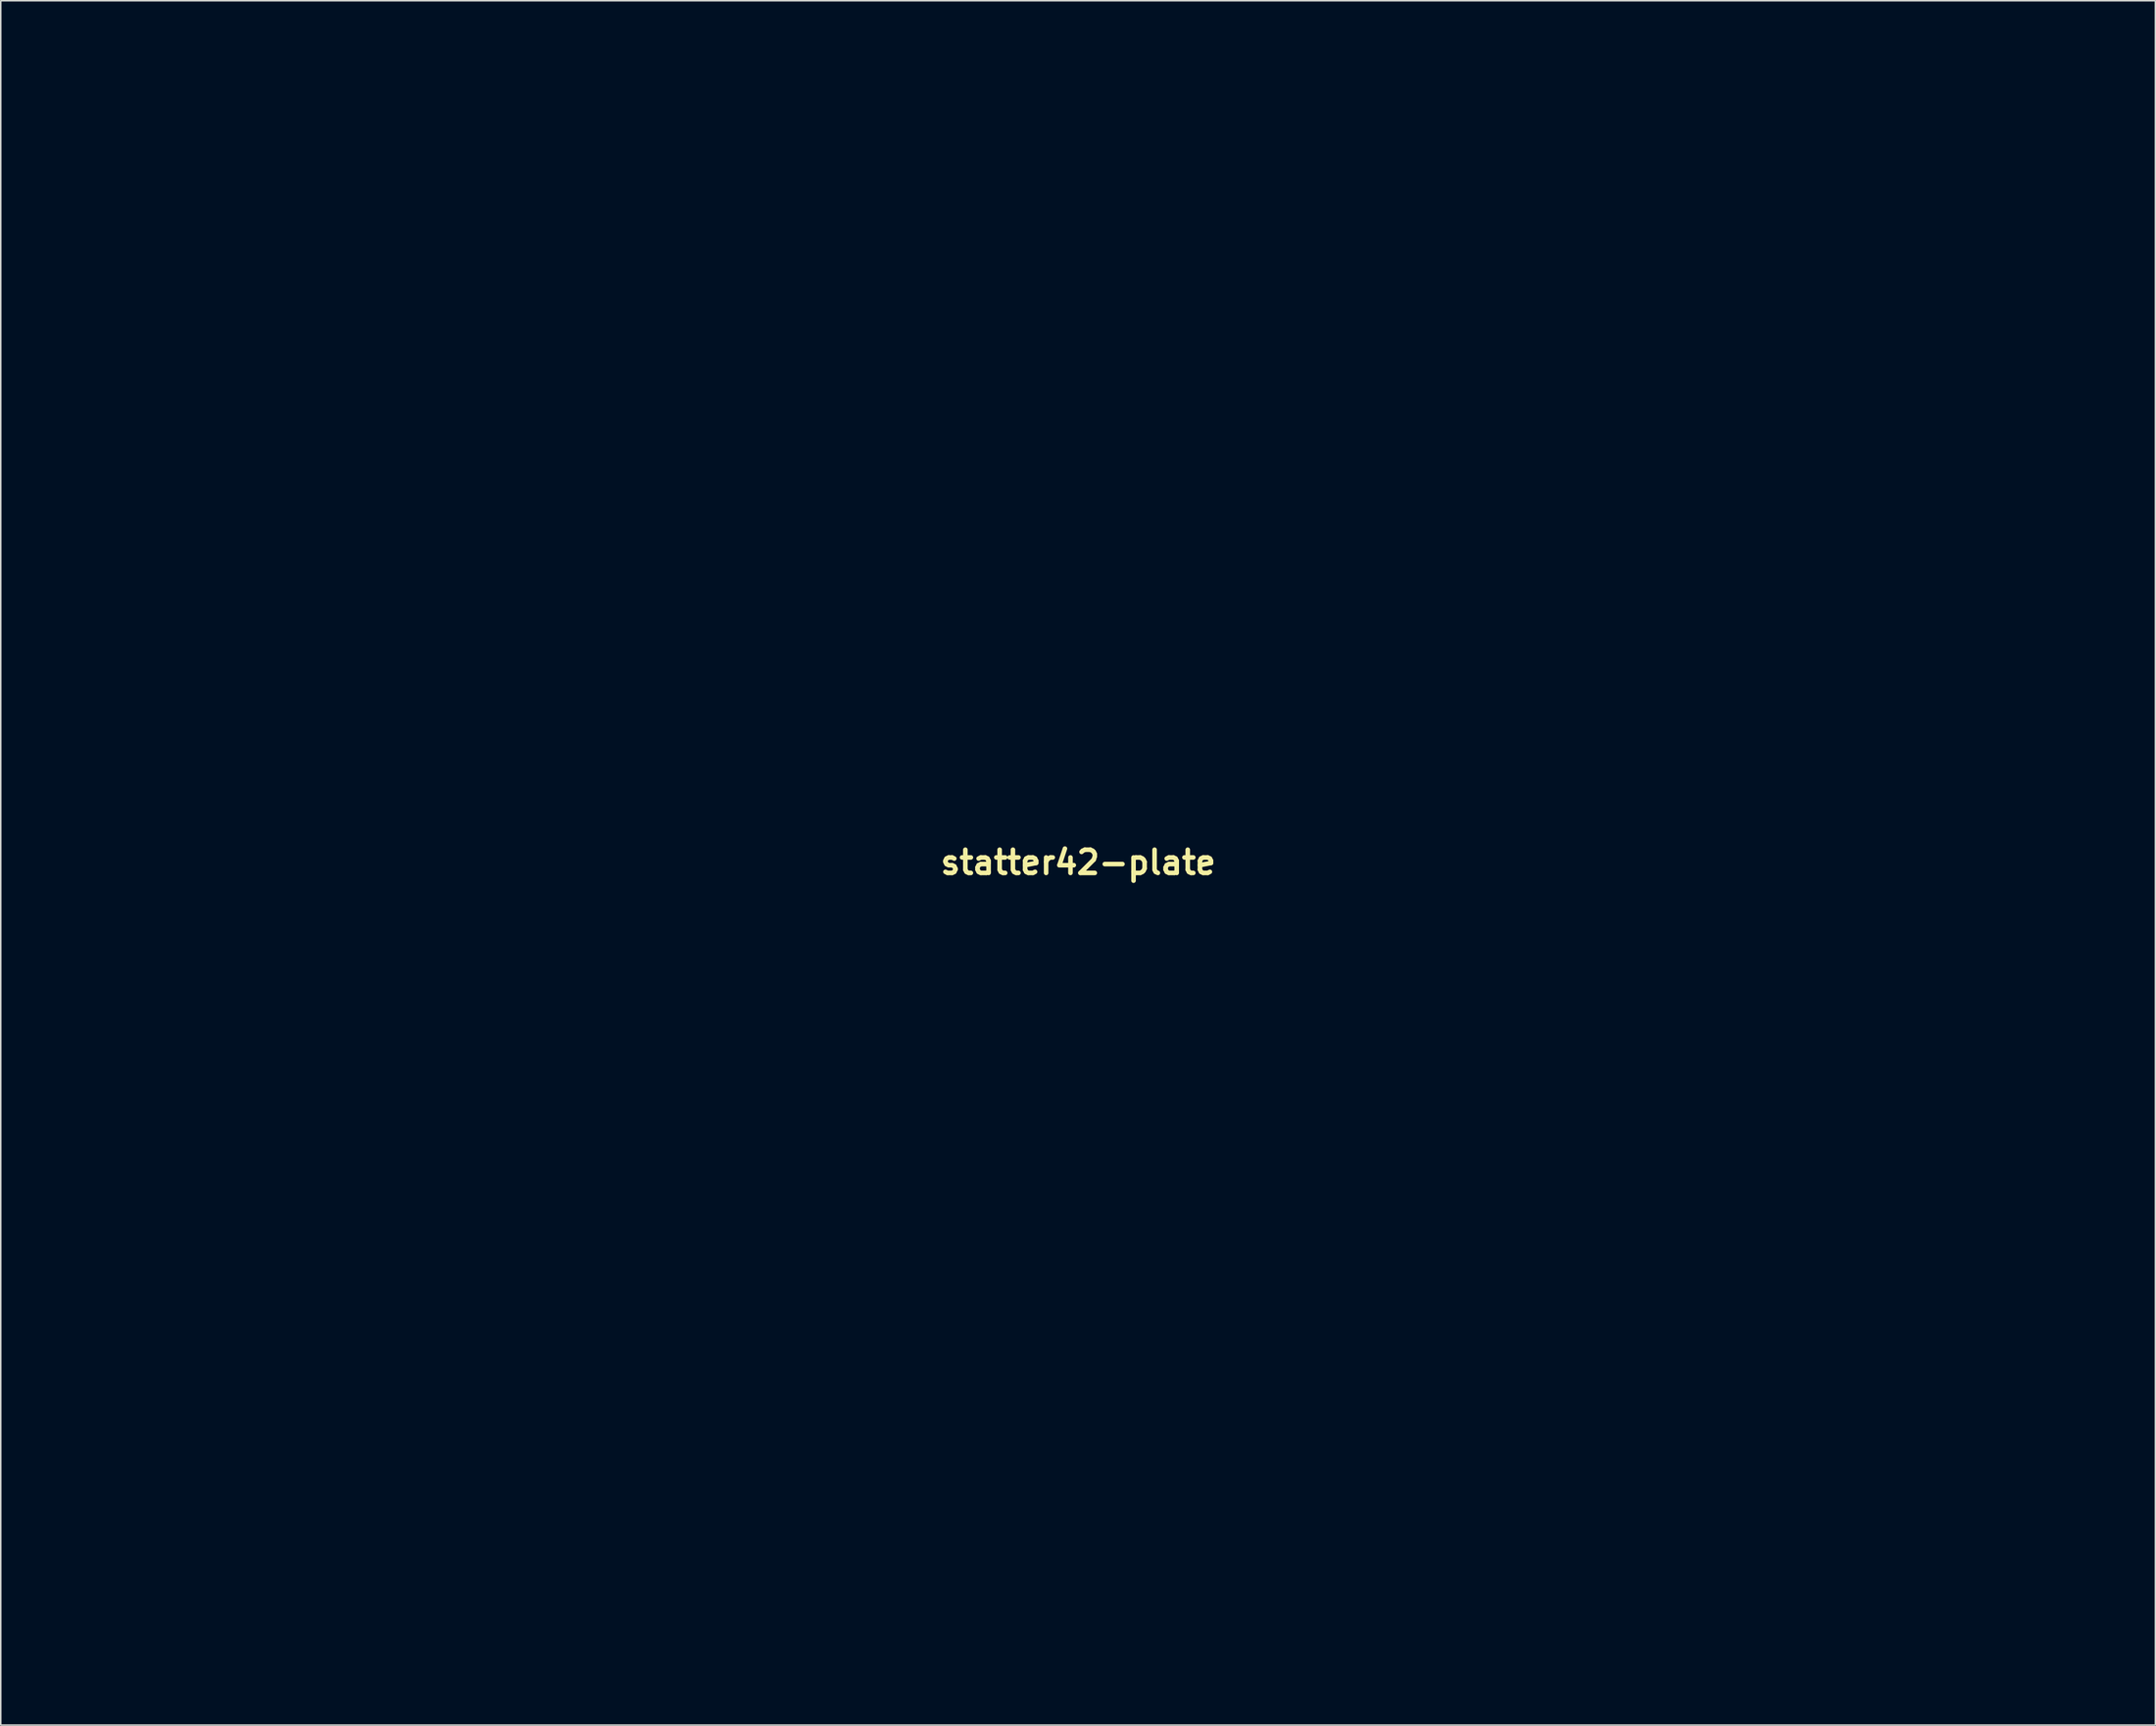
<source format=kicad_pcb>
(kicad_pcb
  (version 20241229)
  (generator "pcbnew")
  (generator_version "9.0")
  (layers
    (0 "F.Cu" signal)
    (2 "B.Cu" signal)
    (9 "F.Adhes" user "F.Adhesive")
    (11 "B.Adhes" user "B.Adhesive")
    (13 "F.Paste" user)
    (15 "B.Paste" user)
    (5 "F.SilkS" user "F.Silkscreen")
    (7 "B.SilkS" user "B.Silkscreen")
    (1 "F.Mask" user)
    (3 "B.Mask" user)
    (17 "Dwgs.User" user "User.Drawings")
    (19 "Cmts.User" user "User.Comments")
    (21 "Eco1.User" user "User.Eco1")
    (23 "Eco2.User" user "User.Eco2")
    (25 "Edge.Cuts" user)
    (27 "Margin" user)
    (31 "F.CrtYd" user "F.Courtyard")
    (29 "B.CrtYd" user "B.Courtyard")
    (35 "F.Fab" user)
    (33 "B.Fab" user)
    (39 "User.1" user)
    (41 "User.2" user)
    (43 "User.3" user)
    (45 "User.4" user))
  (footprint "statter42-plate"
    (layer "F.Cu")
    (at 67.665 53.531)
    (property "Reference" "statter42-plate" (at 0 0 0) (layer "F.SilkS") (effects (font (size 1.524 1.524) (thickness 0.3))))
    (attr through_hole)
    (fp_poly (pts (xy -30.083 -43.472) (xy -29.257 -43.472) (xy -29.257 -40.276) (xy -30.083 -40.276) (xy -30.083 -34.606) (xy -29.284 -34.574) (xy -29.27 -32.962) (xy -29.255 -31.351) (xy -30.083 -31.351) (xy -30.083 -30.359) (xy -44.188 -30.359) (xy -44.188 -31.346) (xy -44.576 -31.362) (xy -44.964 -31.378) (xy -44.964 -34.574) (xy -44.576 -34.59) (xy -44.188 -34.606) (xy -44.188 -40.276) (xy -44.96 -40.276) (xy -44.96 -43.362) (xy -44.849 -43.362) (xy -44.849 -40.387) (xy -44.078 -40.387) (xy -44.078 -34.436) (xy -44.849 -34.436) (xy -44.849 -31.461) (xy -44.078 -31.461) (xy -44.078 -30.469) (xy -30.193 -30.469) (xy -30.193 -31.461) (xy -29.367 -31.461) (xy -29.367 -34.431) (xy -29.766 -34.447) (xy -30.166 -34.464) (xy -30.194 -40.387) (xy -29.367 -40.387) (xy -29.367 -43.362) (xy -30.193 -43.362) (xy -30.193 -44.354) (xy -44.078 -44.354) (xy -44.078 -43.362) (xy -44.849 -43.362) (xy -44.96 -43.362) (xy -44.96 -43.472) (xy -44.188 -43.472) (xy -44.188 -44.464) (xy -30.083 -44.464) (xy -30.083 -43.472)) (stroke (width 0.01) (type solid)) (fill no) (layer "Eco1.User"))
    (fp_poly (pts (xy 27.053 -19.67) (xy 27.881 -19.67) (xy 27.866 -18.063) (xy 27.852 -16.456) (xy 27.452 -16.469) (xy 27.053 -16.482) (xy 27.053 -10.744) (xy 27.879 -10.744) (xy 27.879 -7.548) (xy 27.053 -7.548) (xy 27.053 -6.557) (xy 12.948 -6.557) (xy 12.948 -7.544) (xy 12.56 -7.56) (xy 12.173 -7.576) (xy 12.161 -9.16) (xy 12.149 -10.744) (xy 12.948 -10.744) (xy 12.948 -16.482) (xy 12.56 -16.469) (xy 12.173 -16.456) (xy 12.173 -18.049) (xy 12.173 -19.56) (xy 12.287 -19.56) (xy 12.287 -16.584) (xy 13.058 -16.584) (xy 13.058 -10.634) (xy 12.287 -10.634) (xy 12.287 -7.659) (xy 13.058 -7.659) (xy 13.058 -6.667) (xy 26.943 -6.667) (xy 26.943 -7.659) (xy 27.769 -7.659) (xy 27.769 -10.634) (xy 26.943 -10.634) (xy 26.943 -16.584) (xy 27.769 -16.584) (xy 27.769 -19.56) (xy 26.943 -19.56) (xy 26.943 -20.551) (xy 13.058 -20.551) (xy 13.058 -19.56) (xy 12.287 -19.56) (xy 12.173 -19.56) (xy 12.173 -19.642) (xy 12.56 -19.658) (xy 12.948 -19.675) (xy 12.948 -20.662) (xy 27.053 -20.662) (xy 27.053 -19.67)) (stroke (width 0.01) (type solid)) (fill no) (layer "Eco1.User"))
    (fp_poly (pts (xy 48.627 -0.833) (xy 48.906 -0.726) (xy 48.927 -0.715) (xy 49.198 -0.522) (xy 49.388 -0.276) (xy 49.497 0.007) (xy 49.527 0.307) (xy 49.478 0.607) (xy 49.351 0.887) (xy 49.148 1.13) (xy 48.87 1.318) (xy 48.804 1.347) (xy 48.495 1.425) (xy 48.178 1.398) (xy 47.887 1.288) (xy 47.604 1.102) (xy 47.415 0.864) (xy 47.309 0.563) (xy 47.284 0.36) (xy 47.288 0.309) (xy 47.384 0.309) (xy 47.434 0.623) (xy 47.571 0.892) (xy 47.779 1.105) (xy 48.039 1.248) (xy 48.335 1.31) (xy 48.649 1.28) (xy 48.748 1.249) (xy 49.028 1.093) (xy 49.238 0.867) (xy 49.369 0.591) (xy 49.414 0.286) (xy 49.362 -0.027) (xy 49.318 -0.138) (xy 49.14 -0.419) (xy 48.904 -0.607) (xy 48.605 -0.706) (xy 48.365 -0.724) (xy 48.045 -0.672) (xy 47.775 -0.53) (xy 47.566 -0.31) (xy 47.431 -0.026) (xy 47.384 0.309) (xy 47.288 0.309) (xy 47.31 0.003) (xy 47.432 -0.309) (xy 47.639 -0.563) (xy 47.925 -0.746) (xy 48.087 -0.805) (xy 48.369 -0.858) (xy 48.627 -0.833)) (stroke (width 0.01) (type solid)) (fill no) (layer "Eco1.User"))
    (fp_poly (pts (xy -3.214 19.878) (xy -2.932 20.021) (xy -2.697 20.234) (xy -2.526 20.508) (xy -2.441 20.814) (xy -2.45 21.137) (xy -2.553 21.439) (xy -2.735 21.703) (xy -2.981 21.911) (xy -3.274 22.047) (xy -3.581 22.092) (xy -3.798 22.067) (xy -4.016 22.006) (xy -4.054 21.99) (xy -4.305 21.822) (xy -4.511 21.583) (xy -4.655 21.301) (xy -4.723 21.003) (xy -4.718 20.9) (xy -4.602 20.9) (xy -4.571 21.184) (xy -4.468 21.444) (xy -4.302 21.667) (xy -4.085 21.84) (xy -3.828 21.947) (xy -3.542 21.975) (xy -3.238 21.91) (xy -3.166 21.88) (xy -2.892 21.701) (xy -2.696 21.459) (xy -2.584 21.175) (xy -2.561 20.869) (xy -2.632 20.56) (xy -2.761 20.322) (xy -2.963 20.127) (xy -3.223 20.003) (xy -3.514 19.951) (xy -3.811 19.97) (xy -4.088 20.061) (xy -4.319 20.224) (xy -4.4 20.32) (xy -4.549 20.608) (xy -4.602 20.9) (xy -4.718 20.9) (xy -4.71 20.76) (xy -4.597 20.449) (xy -4.404 20.174) (xy -4.157 19.969) (xy -4.152 19.965) (xy -3.842 19.842) (xy -3.523 19.816) (xy -3.214 19.878)) (stroke (width 0.01) (type solid)) (fill no) (layer "Eco1.User"))
    (fp_poly (pts (xy 35.939 -0.806) (xy 36.183 -0.725) (xy 36.42 -0.561) (xy 36.626 -0.344) (xy 36.761 -0.113) (xy 36.819 0.172) (xy 36.797 0.485) (xy 36.703 0.792) (xy 36.545 1.055) (xy 36.465 1.141) (xy 36.219 1.304) (xy 35.917 1.403) (xy 35.598 1.431) (xy 35.301 1.381) (xy 35.233 1.355) (xy 34.954 1.179) (xy 34.748 0.94) (xy 34.618 0.656) (xy 34.565 0.349) (xy 34.567 0.327) (xy 34.674 0.327) (xy 34.723 0.635) (xy 34.831 0.864) (xy 35.048 1.099) (xy 35.322 1.25) (xy 35.629 1.312) (xy 35.949 1.279) (xy 36.123 1.217) (xy 36.379 1.045) (xy 36.563 0.809) (xy 36.671 0.53) (xy 36.698 0.231) (xy 36.639 -0.063) (xy 36.489 -0.332) (xy 36.459 -0.368) (xy 36.211 -0.575) (xy 35.925 -0.691) (xy 35.624 -0.718) (xy 35.329 -0.657) (xy 35.061 -0.509) (xy 34.842 -0.275) (xy 34.836 -0.265) (xy 34.711 0.016) (xy 34.674 0.327) (xy 34.567 0.327) (xy 34.592 0.039) (xy 34.701 -0.256) (xy 34.894 -0.513) (xy 35.034 -0.631) (xy 35.309 -0.766) (xy 35.623 -0.825) (xy 35.939 -0.806)) (stroke (width 0.01) (type solid)) (fill no) (layer "Eco1.User"))
    (fp_poly (pts (xy 42.545 32.379) (xy 42.836 32.512) (xy 43.068 32.714) (xy 43.234 32.968) (xy 43.326 33.256) (xy 43.338 33.564) (xy 43.26 33.875) (xy 43.086 34.171) (xy 43.071 34.189) (xy 42.818 34.414) (xy 42.51 34.555) (xy 42.205 34.599) (xy 41.988 34.574) (xy 41.77 34.513) (xy 41.733 34.497) (xy 41.462 34.319) (xy 41.251 34.07) (xy 41.113 33.776) (xy 41.062 33.463) (xy 41.065 33.41) (xy 41.183 33.41) (xy 41.213 33.693) (xy 41.317 33.953) (xy 41.484 34.176) (xy 41.701 34.348) (xy 41.958 34.455) (xy 42.245 34.482) (xy 42.549 34.417) (xy 42.62 34.388) (xy 42.892 34.209) (xy 43.087 33.966) (xy 43.199 33.681) (xy 43.224 33.372) (xy 43.154 33.062) (xy 43.049 32.858) (xy 42.856 32.657) (xy 42.602 32.526) (xy 42.314 32.464) (xy 42.017 32.473) (xy 41.736 32.553) (xy 41.498 32.703) (xy 41.385 32.829) (xy 41.236 33.117) (xy 41.183 33.41) (xy 41.065 33.41) (xy 41.073 33.309) (xy 41.178 32.967) (xy 41.366 32.688) (xy 41.625 32.481) (xy 41.94 32.36) (xy 42.205 32.331) (xy 42.545 32.379)) (stroke (width 0.01) (type solid)) (fill no) (layer "Eco1.User"))
    (fp_poly (pts (xy -45.159 9.117) (xy -44.89 9.231) (xy -44.655 9.423) (xy -44.471 9.695) (xy -44.439 9.765) (xy -44.358 10.086) (xy -44.374 10.398) (xy -44.473 10.688) (xy -44.644 10.942) (xy -44.871 11.145) (xy -45.144 11.284) (xy -45.448 11.345) (xy -45.77 11.313) (xy -45.869 11.284) (xy -46.169 11.124) (xy -46.401 10.886) (xy -46.552 10.586) (xy -46.608 10.265) (xy -46.508 10.265) (xy -46.447 10.556) (xy -46.301 10.823) (xy -46.076 11.046) (xy -45.833 11.184) (xy -45.647 11.222) (xy -45.409 11.214) (xy -45.166 11.168) (xy -44.966 11.089) (xy -44.936 11.069) (xy -44.699 10.851) (xy -44.548 10.594) (xy -44.479 10.315) (xy -44.488 10.034) (xy -44.57 9.767) (xy -44.722 9.534) (xy -44.938 9.351) (xy -45.215 9.238) (xy -45.374 9.213) (xy -45.641 9.204) (xy -45.842 9.239) (xy -46.017 9.329) (xy -46.151 9.435) (xy -46.363 9.686) (xy -46.481 9.969) (xy -46.508 10.265) (xy -46.608 10.265) (xy -46.612 10.241) (xy -46.613 10.201) (xy -46.566 9.867) (xy -46.439 9.588) (xy -46.247 9.366) (xy -46.006 9.204) (xy -45.734 9.107) (xy -45.446 9.076) (xy -45.159 9.117)) (stroke (width 0.01) (type solid)) (fill no) (layer "Eco1.User"))
    (fp_poly (pts (xy -11.02 -48.201) (xy -10.632 -48.218) (xy -10.245 -48.236) (xy -10.244 -46.639) (xy -10.244 -45.042) (xy -11.02 -45.01) (xy -11.02 -39.345) (xy -10.632 -39.328) (xy -10.244 -39.312) (xy -10.232 -37.728) (xy -10.221 -36.144) (xy -10.618 -36.144) (xy -11.015 -36.144) (xy -11.047 -35.125) (xy -18.086 -35.111) (xy -25.125 -35.097) (xy -25.125 -36.151) (xy -25.524 -36.138) (xy -25.923 -36.125) (xy -25.938 -37.733) (xy -25.953 -39.34) (xy -25.125 -39.34) (xy -25.125 -45.015) (xy -25.953 -45.015) (xy -25.938 -46.62) (xy -25.925 -48.1) (xy -25.841 -48.1) (xy -25.841 -45.125) (xy -25.014 -45.125) (xy -25.014 -39.23) (xy -25.841 -39.23) (xy -25.841 -36.254) (xy -25.014 -36.254) (xy -25.014 -35.262) (xy -11.13 -35.262) (xy -11.13 -36.254) (xy -10.358 -36.254) (xy -10.358 -39.23) (xy -11.13 -39.23) (xy -11.13 -45.125) (xy -10.358 -45.125) (xy -10.358 -48.1) (xy -11.126 -48.1) (xy -11.157 -49.12) (xy -25.014 -49.147) (xy -25.014 -48.1) (xy -25.841 -48.1) (xy -25.925 -48.1) (xy -25.923 -48.225) (xy -25.538 -48.232) (xy -25.152 -48.238) (xy -25.12 -49.257) (xy -11.02 -49.257) (xy -11.02 -48.201)) (stroke (width 0.01) (type solid)) (fill no) (layer "Eco1.User"))
    (fp_poly (pts (xy 9.663 -28.956) (xy 9.932 -28.841) (xy 10.167 -28.65) (xy 10.351 -28.378) (xy 10.383 -28.307) (xy 10.465 -27.986) (xy 10.449 -27.673) (xy 10.35 -27.382) (xy 10.18 -27.129) (xy 9.952 -26.926) (xy 9.679 -26.788) (xy 9.375 -26.727) (xy 9.052 -26.759) (xy 8.953 -26.789) (xy 8.653 -26.949) (xy 8.421 -27.186) (xy 8.27 -27.486) (xy 8.214 -27.807) (xy 8.315 -27.807) (xy 8.376 -27.516) (xy 8.521 -27.25) (xy 8.747 -27.026) (xy 8.989 -26.888) (xy 9.185 -26.849) (xy 9.431 -26.859) (xy 9.683 -26.914) (xy 9.896 -27.005) (xy 9.917 -27.018) (xy 10.145 -27.227) (xy 10.288 -27.478) (xy 10.349 -27.754) (xy 10.333 -28.035) (xy 10.245 -28.303) (xy 10.091 -28.538) (xy 9.874 -28.722) (xy 9.6 -28.835) (xy 9.448 -28.86) (xy 9.181 -28.868) (xy 8.98 -28.833) (xy 8.805 -28.744) (xy 8.671 -28.637) (xy 8.459 -28.386) (xy 8.341 -28.103) (xy 8.315 -27.807) (xy 8.214 -27.807) (xy 8.21 -27.832) (xy 8.21 -27.871) (xy 8.256 -28.205) (xy 8.383 -28.485) (xy 8.575 -28.707) (xy 8.816 -28.868) (xy 9.089 -28.966) (xy 9.376 -28.996) (xy 9.663 -28.956)) (stroke (width 0.01) (type solid)) (fill no) (layer "Eco1.User"))
    (fp_poly (pts (xy 27.053 -0.606) (xy 27.879 -0.606) (xy 27.879 2.59) (xy 27.053 2.59) (xy 27.053 8.26) (xy 27.452 8.276) (xy 27.852 8.292) (xy 27.852 11.488) (xy 27.452 11.504) (xy 27.053 11.52) (xy 27.053 12.507) (xy 12.948 12.507) (xy 12.948 11.52) (xy 12.56 11.504) (xy 12.173 11.488) (xy 12.173 8.292) (xy 12.56 8.276) (xy 12.948 8.26) (xy 12.948 2.594) (xy 12.56 2.578) (xy 12.173 2.562) (xy 12.173 -0.496) (xy 12.287 -0.496) (xy 12.287 2.479) (xy 13.059 2.479) (xy 13.031 8.394) (xy 12.287 8.367) (xy 12.287 11.405) (xy 13.058 11.405) (xy 13.058 12.397) (xy 26.939 12.397) (xy 26.954 11.894) (xy 26.97 11.39) (xy 27.356 11.384) (xy 27.742 11.378) (xy 27.742 8.402) (xy 27.356 8.396) (xy 26.97 8.39) (xy 26.956 5.434) (xy 26.942 2.479) (xy 27.769 2.479) (xy 27.769 -0.496) (xy 26.943 -0.496) (xy 26.943 -1.488) (xy 13.058 -1.488) (xy 13.058 -0.496) (xy 12.287 -0.496) (xy 12.173 -0.496) (xy 12.173 -0.579) (xy 12.56 -0.595) (xy 12.948 -0.611) (xy 12.948 -1.598) (xy 27.053 -1.598) (xy 27.053 -0.606)) (stroke (width 0.01) (type solid)) (fill no) (layer "Eco1.User"))
    (fp_poly (pts (xy -45.266 -29.004) (xy -44.972 -28.91) (xy -44.708 -28.734) (xy -44.493 -28.476) (xy -44.465 -28.428) (xy -44.372 -28.184) (xy -44.331 -27.905) (xy -44.345 -27.636) (xy -44.406 -27.438) (xy -44.581 -27.19) (xy -44.817 -26.976) (xy -45.077 -26.828) (xy -45.148 -26.803) (xy -45.324 -26.753) (xy -45.444 -26.733) (xy -45.556 -26.741) (xy -45.711 -26.774) (xy -45.724 -26.778) (xy -46.029 -26.902) (xy -46.28 -27.106) (xy -46.466 -27.37) (xy -46.576 -27.673) (xy -46.599 -27.98) (xy -46.485 -27.98) (xy -46.469 -27.663) (xy -46.351 -27.365) (xy -46.254 -27.228) (xy -46.022 -27.033) (xy -45.738 -26.917) (xy -45.427 -26.884) (xy -45.12 -26.937) (xy -44.936 -27.02) (xy -44.705 -27.216) (xy -44.543 -27.478) (xy -44.458 -27.779) (xy -44.462 -28.092) (xy -44.491 -28.214) (xy -44.621 -28.468) (xy -44.831 -28.685) (xy -45.09 -28.843) (xy -45.37 -28.921) (xy -45.444 -28.925) (xy -45.751 -28.875) (xy -46.034 -28.73) (xy -46.268 -28.506) (xy -46.398 -28.293) (xy -46.485 -27.98) (xy -46.599 -27.98) (xy -46.6 -27.994) (xy -46.534 -28.29) (xy -46.369 -28.586) (xy -46.141 -28.807) (xy -45.869 -28.951) (xy -45.571 -29.017) (xy -45.266 -29.004)) (stroke (width 0.01) (type solid)) (fill no) (layer "Eco1.User"))
    (fp_poly (pts (xy -18.086 7.92) (xy -11.047 7.933) (xy -11.031 8.43) (xy -11.015 8.926) (xy -10.248 8.926) (xy -10.248 10.469) (xy -10.248 10.871) (xy -10.246 11.236) (xy -10.244 11.552) (xy -10.242 11.802) (xy -10.238 11.973) (xy -10.235 12.05) (xy -10.234 12.053) (xy -10.278 12.075) (xy -10.405 12.095) (xy -10.591 12.109) (xy -10.62 12.11) (xy -11.02 12.126) (xy -11.02 17.792) (xy -10.244 17.824) (xy -10.244 21.02) (xy -11.02 21.052) (xy -11.02 22.039) (xy -25.125 22.039) (xy -25.125 21.052) (xy -25.524 21.036) (xy -25.923 21.02) (xy -25.938 19.408) (xy -25.953 17.797) (xy -25.125 17.797) (xy -25.125 12.121) (xy -25.951 12.121) (xy -25.951 9.036) (xy -25.841 9.036) (xy -25.841 12.011) (xy -25.014 12.011) (xy -25.014 17.907) (xy -25.841 17.907) (xy -25.841 20.877) (xy -25.441 20.893) (xy -25.042 20.91) (xy -25.01 21.929) (xy -11.13 21.929) (xy -11.13 20.882) (xy -10.358 20.882) (xy -10.358 17.907) (xy -11.13 17.907) (xy -11.13 12.011) (xy -10.358 12.011) (xy -10.358 9.036) (xy -11.13 9.036) (xy -11.13 8.044) (xy -25.014 8.044) (xy -25.014 9.036) (xy -25.841 9.036) (xy -25.951 9.036) (xy -25.951 8.926) (xy -25.125 8.926) (xy -25.125 7.907) (xy -18.086 7.92)) (stroke (width 0.01) (type solid)) (fill no) (layer "Eco1.User"))
    (fp_poly (pts (xy -11.02 -10.143) (xy -10.62 -10.127) (xy -10.429 -10.114) (xy -10.291 -10.094) (xy -10.234 -10.072) (xy -10.234 -10.069) (xy -10.238 -10.005) (xy -10.241 -9.846) (xy -10.244 -9.605) (xy -10.246 -9.297) (xy -10.248 -8.937) (xy -10.248 -8.539) (xy -10.248 -8.485) (xy -10.248 -6.942) (xy -11.02 -6.942) (xy -11.02 -1.272) (xy -10.632 -1.256) (xy -10.244 -1.24) (xy -10.244 1.956) (xy -10.632 1.972) (xy -11.02 1.988) (xy -11.02 2.975) (xy -25.125 2.975) (xy -25.125 1.984) (xy -25.953 1.984) (xy -25.938 0.372) (xy -25.923 -1.24) (xy -25.524 -1.256) (xy -25.125 -1.272) (xy -25.125 -6.942) (xy -25.951 -6.942) (xy -25.951 -10.028) (xy -25.841 -10.028) (xy -25.841 -7.052) (xy -25.013 -7.052) (xy -25.028 -4.091) (xy -25.042 -1.13) (xy -25.441 -1.113) (xy -25.841 -1.097) (xy -25.841 1.873) (xy -25.014 1.873) (xy -25.014 2.865) (xy -11.13 2.865) (xy -11.13 1.873) (xy -10.358 1.873) (xy -10.358 -1.102) (xy -11.13 -1.102) (xy -11.13 -7.052) (xy -10.358 -7.052) (xy -10.358 -10.028) (xy -11.13 -10.028) (xy -11.13 -11.02) (xy -25.014 -11.02) (xy -25.014 -10.028) (xy -25.841 -10.028) (xy -25.951 -10.028) (xy -25.951 -10.138) (xy -25.125 -10.138) (xy -25.125 -11.13) (xy -11.02 -11.13) (xy -11.02 -10.143)) (stroke (width 0.01) (type solid)) (fill no) (layer "Eco1.User"))
    (fp_poly (pts (xy -11.02 -29.207) (xy -10.632 -29.19) (xy -10.244 -29.174) (xy -10.244 -25.979) (xy -10.632 -25.962) (xy -11.02 -25.946) (xy -11.02 -20.276) (xy -10.248 -20.276) (xy -10.248 -18.733) (xy -10.248 -18.331) (xy -10.246 -17.965) (xy -10.244 -17.65) (xy -10.242 -17.4) (xy -10.238 -17.229) (xy -10.235 -17.151) (xy -10.234 -17.149) (xy -10.278 -17.127) (xy -10.405 -17.107) (xy -10.591 -17.093) (xy -10.62 -17.092) (xy -11.02 -17.075) (xy -11.02 -16.089) (xy -25.125 -16.089) (xy -25.125 -17.08) (xy -25.951 -17.08) (xy -25.951 -20.276) (xy -25.125 -20.276) (xy -25.125 -25.946) (xy -25.524 -25.962) (xy -25.923 -25.979) (xy -25.925 -26.121) (xy -25.843 -26.121) (xy -25.442 -26.105) (xy -25.042 -26.089) (xy -25.013 -20.166) (xy -25.841 -20.166) (xy -25.841 -17.19) (xy -25.014 -17.19) (xy -25.014 -16.199) (xy -11.13 -16.199) (xy -11.13 -17.19) (xy -10.358 -17.19) (xy -10.358 -20.166) (xy -11.13 -20.166) (xy -11.13 -26.116) (xy -10.358 -26.116) (xy -10.358 -29.092) (xy -11.13 -29.092) (xy -11.13 -30.083) (xy -25.014 -30.083) (xy -25.014 -29.096) (xy -25.414 -29.08) (xy -25.813 -29.064) (xy -25.828 -27.593) (xy -25.843 -26.121) (xy -25.925 -26.121) (xy -25.938 -27.59) (xy -25.953 -29.202) (xy -25.125 -29.202) (xy -25.125 -30.193) (xy -11.02 -30.193) (xy -11.02 -29.207)) (stroke (width 0.01) (type solid)) (fill no) (layer "Eco1.User"))
    (fp_poly (pts (xy -30.083 13.664) (xy -29.255 13.664) (xy -29.27 15.269) (xy -29.284 16.875) (xy -29.67 16.881) (xy -30.056 16.887) (xy -30.07 19.739) (xy -30.084 22.59) (xy -29.257 22.59) (xy -29.257 25.786) (xy -30.083 25.786) (xy -30.083 26.777) (xy -44.188 26.777) (xy -44.188 25.791) (xy -44.588 25.774) (xy -44.779 25.761) (xy -44.916 25.742) (xy -44.973 25.72) (xy -44.973 25.717) (xy -44.97 25.653) (xy -44.967 25.493) (xy -44.964 25.253) (xy -44.962 24.945) (xy -44.96 24.585) (xy -44.96 24.186) (xy -44.96 24.133) (xy -44.96 22.59) (xy -44.188 22.59) (xy -44.188 16.85) (xy -44.576 16.868) (xy -44.963 16.886) (xy -44.963 15.289) (xy -44.964 13.774) (xy -44.849 13.774) (xy -44.849 16.75) (xy -44.078 16.75) (xy -44.078 22.7) (xy -44.849 22.7) (xy -44.849 25.675) (xy -44.078 25.675) (xy -44.078 26.667) (xy -30.193 26.667) (xy -30.193 25.675) (xy -29.367 25.675) (xy -29.367 22.7) (xy -30.194 22.7) (xy -30.18 19.739) (xy -30.166 16.777) (xy -29.766 16.761) (xy -29.367 16.745) (xy -29.367 13.774) (xy -30.193 13.774) (xy -30.193 12.783) (xy -44.078 12.783) (xy -44.078 13.774) (xy -44.849 13.774) (xy -44.964 13.774) (xy -44.964 13.692) (xy -44.576 13.676) (xy -44.188 13.659) (xy -44.188 12.672) (xy -30.083 12.672) (xy -30.083 13.664)) (stroke (width 0.01) (type solid)) (fill no) (layer "Eco1.User"))
    (fp_poly (pts (xy -49.092 -19.67) (xy -48.319 -19.67) (xy -48.334 -18.062) (xy -48.348 -16.455) (xy -49.092 -16.482) (xy -49.092 -10.744) (xy -48.321 -10.744) (xy -48.321 -7.548) (xy -49.092 -7.548) (xy -49.092 -6.557) (xy -56.135 -6.557) (xy -57.007 -6.557) (xy -57.849 -6.558) (xy -58.653 -6.559) (xy -59.414 -6.561) (xy -60.125 -6.563) (xy -60.779 -6.566) (xy -61.369 -6.569) (xy -61.89 -6.572) (xy -62.334 -6.576) (xy -62.695 -6.58) (xy -62.966 -6.584) (xy -63.141 -6.588) (xy -63.214 -6.593) (xy -63.215 -6.593) (xy -63.232 -6.662) (xy -63.245 -6.812) (xy -63.252 -7.016) (xy -63.252 -7.089) (xy -63.252 -7.548) (xy -64.023 -7.548) (xy -64.023 -10.744) (xy -63.252 -10.744) (xy -63.252 -16.482) (xy -63.996 -16.455) (xy -64.01 -18.062) (xy -64.024 -19.56) (xy -63.913 -19.56) (xy -63.913 -16.589) (xy -63.114 -16.557) (xy -63.114 -10.661) (xy -63.913 -10.629) (xy -63.913 -7.659) (xy -63.087 -7.659) (xy -63.087 -6.667) (xy -49.257 -6.667) (xy -49.257 -7.659) (xy -48.431 -7.659) (xy -48.431 -10.629) (xy -49.23 -10.661) (xy -49.23 -16.557) (xy -48.431 -16.589) (xy -48.431 -19.56) (xy -49.257 -19.56) (xy -49.257 -20.551) (xy -63.087 -20.551) (xy -63.087 -19.56) (xy -63.913 -19.56) (xy -64.024 -19.56) (xy -64.025 -19.67) (xy -63.256 -19.67) (xy -63.24 -20.152) (xy -63.225 -20.634) (xy -49.092 -20.662) (xy -49.092 -19.67)) (stroke (width 0.01) (type solid)) (fill no) (layer "Eco1.User"))
    (fp_poly (pts (xy -30.083 -24.408) (xy -29.257 -24.408) (xy -29.257 -21.213) (xy -30.083 -21.213) (xy -30.083 -15.538) (xy -29.255 -15.538) (xy -29.27 -13.926) (xy -29.284 -12.314) (xy -29.684 -12.298) (xy -30.083 -12.282) (xy -30.083 -11.295) (xy -44.188 -11.295) (xy -44.188 -12.282) (xy -44.576 -12.298) (xy -44.964 -12.314) (xy -44.964 -15.51) (xy -44.576 -15.526) (xy -44.188 -15.542) (xy -44.188 -21.213) (xy -44.96 -21.213) (xy -44.96 -24.298) (xy -44.849 -24.298) (xy -44.849 -21.323) (xy -44.078 -21.323) (xy -44.078 -15.427) (xy -44.849 -15.427) (xy -44.849 -12.452) (xy -44.078 -12.452) (xy -44.078 -11.965) (xy -44.074 -11.744) (xy -44.064 -11.566) (xy -44.049 -11.459) (xy -44.041 -11.442) (xy -43.983 -11.437) (xy -43.82 -11.433) (xy -43.561 -11.429) (xy -43.212 -11.425) (xy -42.779 -11.421) (xy -42.269 -11.418) (xy -41.688 -11.415) (xy -41.044 -11.412) (xy -40.343 -11.41) (xy -39.591 -11.408) (xy -38.796 -11.406) (xy -37.963 -11.405) (xy -37.101 -11.405) (xy -30.198 -11.405) (xy -30.166 -12.425) (xy -29.766 -12.441) (xy -29.367 -12.457) (xy -29.367 -15.427) (xy -30.193 -15.427) (xy -30.193 -21.323) (xy -29.367 -21.323) (xy -29.367 -24.298) (xy -30.193 -24.298) (xy -30.193 -25.29) (xy -44.078 -25.29) (xy -44.078 -24.298) (xy -44.849 -24.298) (xy -44.96 -24.298) (xy -44.96 -24.408) (xy -44.192 -24.408) (xy -44.161 -25.401) (xy -30.083 -25.428) (xy -30.083 -24.408)) (stroke (width 0.01) (type solid)) (fill no) (layer "Eco1.User"))
    (fp_poly (pts (xy -30.083 -5.404) (xy -29.684 -5.388) (xy -29.284 -5.372) (xy -29.284 -2.176) (xy -29.684 -2.16) (xy -30.083 -2.144) (xy -30.083 3.526) (xy -29.257 3.526) (xy -29.257 6.722) (xy -30.083 6.722) (xy -30.083 7.713) (xy -37.113 7.727) (xy -37.984 7.729) (xy -38.824 7.73) (xy -39.627 7.731) (xy -40.386 7.731) (xy -41.095 7.731) (xy -41.747 7.731) (xy -42.335 7.73) (xy -42.853 7.729) (xy -43.295 7.727) (xy -43.653 7.726) (xy -43.922 7.724) (xy -44.095 7.721) (xy -44.164 7.719) (xy -44.165 7.718) (xy -44.176 7.657) (xy -44.183 7.511) (xy -44.188 7.308) (xy -44.188 7.209) (xy -44.188 6.722) (xy -44.96 6.722) (xy -44.96 3.526) (xy -44.188 3.526) (xy -44.188 -2.144) (xy -44.576 -2.16) (xy -44.964 -2.176) (xy -44.964 -5.302) (xy -44.849 -5.302) (xy -44.849 -2.259) (xy -44.078 -2.259) (xy -44.078 3.636) (xy -44.849 3.636) (xy -44.849 6.612) (xy -44.078 6.612) (xy -44.078 7.603) (xy -30.193 7.603) (xy -30.193 6.612) (xy -29.367 6.612) (xy -29.367 3.636) (xy -30.193 3.636) (xy -30.193 -2.254) (xy -29.794 -2.27) (xy -29.395 -2.287) (xy -29.395 -5.262) (xy -30.166 -5.274) (xy -30.198 -6.281) (xy -44.078 -6.281) (xy -44.078 -5.258) (xy -44.849 -5.302) (xy -44.964 -5.302) (xy -44.964 -5.372) (xy -44.576 -5.388) (xy -44.188 -5.404) (xy -44.188 -6.391) (xy -30.083 -6.391) (xy -30.083 -5.404)) (stroke (width 0.01) (type solid)) (fill no) (layer "Eco1.User"))
    (fp_poly (pts (xy -49.092 -0.606) (xy -48.321 -0.606) (xy -48.321 2.59) (xy -49.092 2.59) (xy -49.092 8.265) (xy -48.321 8.265) (xy -48.321 11.515) (xy -49.088 11.515) (xy -49.104 11.998) (xy -49.12 12.48) (xy -56.149 12.494) (xy -57.02 12.495) (xy -57.861 12.496) (xy -58.664 12.496) (xy -59.424 12.496) (xy -60.134 12.495) (xy -60.787 12.494) (xy -61.376 12.492) (xy -61.896 12.489) (xy -62.339 12.487) (xy -62.699 12.483) (xy -62.969 12.48) (xy -63.143 12.476) (xy -63.214 12.471) (xy -63.215 12.471) (xy -63.232 12.402) (xy -63.245 12.251) (xy -63.252 12.047) (xy -63.252 11.975) (xy -63.252 11.515) (xy -64.023 11.515) (xy -64.023 8.265) (xy -63.252 8.265) (xy -63.252 2.59) (xy -64.023 2.59) (xy -64.023 -0.496) (xy -63.913 -0.496) (xy -63.913 2.479) (xy -63.086 2.479) (xy -63.1 5.436) (xy -63.114 8.393) (xy -63.913 8.367) (xy -63.913 11.413) (xy -63.114 11.386) (xy -63.098 11.892) (xy -63.083 12.397) (xy -49.261 12.397) (xy -49.246 11.892) (xy -49.23 11.386) (xy -48.431 11.413) (xy -48.431 8.367) (xy -49.23 8.393) (xy -49.23 2.507) (xy -48.83 2.491) (xy -48.431 2.475) (xy -48.431 -0.491) (xy -49.23 -0.523) (xy -49.246 -1.006) (xy -49.262 -1.488) (xy -63.087 -1.488) (xy -63.087 -0.496) (xy -63.913 -0.496) (xy -64.023 -0.496) (xy -64.023 -0.606) (xy -63.252 -0.606) (xy -63.252 -1.598) (xy -49.092 -1.598) (xy -49.092 -0.606)) (stroke (width 0.01) (type solid)) (fill no) (layer "Eco1.User"))
    (fp_poly (pts (xy -49.104 -39.216) (xy -49.088 -38.734) (xy -48.321 -38.734) (xy -48.321 -35.483) (xy -49.092 -35.483) (xy -49.092 -29.808) (xy -48.321 -29.808) (xy -48.321 -26.612) (xy -49.088 -26.612) (xy -49.104 -26.116) (xy -49.12 -25.619) (xy -56.163 -25.606) (xy -57.035 -25.605) (xy -57.876 -25.604) (xy -58.68 -25.603) (xy -59.44 -25.603) (xy -60.149 -25.603) (xy -60.802 -25.603) (xy -61.391 -25.604) (xy -61.911 -25.605) (xy -62.354 -25.606) (xy -62.713 -25.608) (xy -62.983 -25.61) (xy -63.157 -25.613) (xy -63.228 -25.615) (xy -63.229 -25.616) (xy -63.239 -25.678) (xy -63.247 -25.823) (xy -63.252 -26.026) (xy -63.252 -26.125) (xy -63.252 -26.612) (xy -64.023 -26.612) (xy -64.023 -29.808) (xy -63.252 -29.808) (xy -63.252 -35.483) (xy -64.023 -35.483) (xy -64.023 -38.631) (xy -63.913 -38.631) (xy -63.913 -35.586) (xy -63.114 -35.612) (xy -63.1 -32.655) (xy -63.086 -29.698) (xy -63.913 -29.698) (xy -63.913 -26.727) (xy -63.114 -26.695) (xy -63.098 -26.213) (xy -63.082 -25.731) (xy -49.262 -25.731) (xy -49.246 -26.213) (xy -49.23 -26.695) (xy -48.431 -26.727) (xy -48.431 -29.693) (xy -49.23 -29.725) (xy -49.258 -35.593) (xy -48.431 -35.593) (xy -48.431 -38.633) (xy -48.83 -38.615) (xy -49.23 -38.596) (xy -49.246 -39.106) (xy -49.261 -39.615) (xy -63.083 -39.615) (xy -63.098 -39.11) (xy -63.114 -38.605) (xy -63.913 -38.631) (xy -64.023 -38.631) (xy -64.023 -38.734) (xy -63.256 -38.734) (xy -63.24 -39.216) (xy -63.225 -39.698) (xy -49.12 -39.698) (xy -49.104 -39.216)) (stroke (width 0.01) (type solid)) (fill no) (layer "Eco1.User"))
    (fp_poly (pts (xy 8.044 -43.472) (xy 8.816 -43.472) (xy 8.816 -40.276) (xy 8.044 -40.276) (xy 8.044 -34.606) (xy 8.416 -34.59) (xy 8.788 -34.574) (xy 8.803 -32.962) (xy 8.817 -31.351) (xy 8.049 -31.351) (xy 8.033 -30.868) (xy 8.017 -30.386) (xy 0.987 -30.372) (xy 0.116 -30.371) (xy -0.725 -30.37) (xy -1.528 -30.37) (xy -2.288 -30.37) (xy -2.998 -30.371) (xy -3.651 -30.372) (xy -4.24 -30.374) (xy -4.76 -30.377) (xy -5.203 -30.379) (xy -5.563 -30.383) (xy -5.833 -30.386) (xy -6.007 -30.39) (xy -6.078 -30.395) (xy -6.079 -30.395) (xy -6.096 -30.464) (xy -6.109 -30.615) (xy -6.115 -30.818) (xy -6.116 -30.891) (xy -6.116 -31.351) (xy -6.887 -31.351) (xy -6.887 -34.601) (xy -6.116 -34.601) (xy -6.116 -40.276) (xy -6.887 -40.276) (xy -6.887 -43.362) (xy -6.777 -43.362) (xy -6.777 -40.391) (xy -6.378 -40.375) (xy -5.978 -40.359) (xy -5.978 -34.464) (xy -6.378 -34.447) (xy -6.777 -34.431) (xy -6.777 -31.461) (xy -5.951 -31.461) (xy -5.951 -30.469) (xy 7.879 -30.469) (xy 7.879 -31.461) (xy 8.705 -31.461) (xy 8.705 -34.431) (xy 8.306 -34.447) (xy 7.907 -34.464) (xy 7.907 -40.359) (xy 8.306 -40.375) (xy 8.705 -40.391) (xy 8.705 -43.357) (xy 8.306 -43.373) (xy 7.907 -43.389) (xy 7.891 -43.871) (xy 7.875 -44.354) (xy -5.951 -44.354) (xy -5.951 -43.362) (xy -6.777 -43.362) (xy -6.887 -43.362) (xy -6.887 -43.472) (xy -6.116 -43.472) (xy -6.116 -44.464) (xy 8.044 -44.464) (xy 8.044 -43.472)) (stroke (width 0.01) (type solid)) (fill no) (layer "Eco1.User"))
    (fp_poly (pts (xy 0.964 -25.401) (xy 8.017 -25.401) (xy 8.048 -24.408) (xy 8.816 -24.408) (xy 8.816 -21.213) (xy 8.044 -21.213) (xy 8.044 -15.538) (xy 8.817 -15.538) (xy 8.803 -13.926) (xy 8.788 -12.314) (xy 8.048 -12.282) (xy 8.033 -11.802) (xy 8.017 -11.323) (xy 0.987 -11.309) (xy 0.116 -11.307) (xy -0.725 -11.306) (xy -1.528 -11.306) (xy -2.288 -11.306) (xy -2.998 -11.307) (xy -3.651 -11.309) (xy -4.24 -11.31) (xy -4.76 -11.313) (xy -5.203 -11.316) (xy -5.563 -11.319) (xy -5.833 -11.323) (xy -6.007 -11.327) (xy -6.078 -11.331) (xy -6.079 -11.332) (xy -6.096 -11.4) (xy -6.109 -11.551) (xy -6.115 -11.755) (xy -6.116 -11.828) (xy -6.116 -12.287) (xy -6.887 -12.287) (xy -6.887 -15.538) (xy -6.116 -15.538) (xy -6.116 -21.213) (xy -6.887 -21.213) (xy -6.887 -24.293) (xy -6.777 -24.293) (xy -6.777 -21.323) (xy -5.951 -21.323) (xy -5.951 -15.427) (xy -6.777 -15.427) (xy -6.777 -12.457) (xy -6.378 -12.441) (xy -5.978 -12.425) (xy -5.946 -11.405) (xy 7.875 -11.405) (xy 7.907 -12.425) (xy 8.306 -12.441) (xy 8.705 -12.457) (xy 8.705 -15.427) (xy 7.879 -15.427) (xy 7.879 -21.323) (xy 8.705 -21.323) (xy 8.705 -24.293) (xy 8.306 -24.309) (xy 7.907 -24.326) (xy 7.891 -24.808) (xy 7.875 -25.29) (xy -5.946 -25.29) (xy -5.962 -24.808) (xy -5.978 -24.326) (xy -6.378 -24.309) (xy -6.777 -24.293) (xy -6.887 -24.293) (xy -6.887 -24.408) (xy -6.12 -24.408) (xy -6.104 -24.905) (xy -6.088 -25.402) (xy 0.964 -25.401)) (stroke (width 0.01) (type solid)) (fill no) (layer "Eco1.User"))
    (fp_poly (pts (xy 8.033 -5.882) (xy 8.049 -5.4) (xy 8.816 -5.4) (xy 8.816 -2.149) (xy 8.044 -2.149) (xy 8.044 3.526) (xy 8.816 3.526) (xy 8.816 6.722) (xy 8.048 6.722) (xy 8.017 7.715) (xy 0.973 7.728) (xy 0.102 7.729) (xy -0.74 7.731) (xy -1.543 7.731) (xy -2.303 7.731) (xy -3.013 7.731) (xy -3.666 7.731) (xy -4.255 7.73) (xy -4.775 7.729) (xy -5.217 7.728) (xy -5.577 7.726) (xy -5.847 7.724) (xy -6.021 7.721) (xy -6.092 7.719) (xy -6.093 7.718) (xy -6.103 7.657) (xy -6.111 7.511) (xy -6.115 7.308) (xy -6.116 7.209) (xy -6.116 6.722) (xy -6.887 6.722) (xy -6.887 3.526) (xy -6.116 3.526) (xy -6.116 -2.149) (xy -6.887 -2.149) (xy -6.887 -5.297) (xy -6.777 -5.297) (xy -6.777 -2.259) (xy -5.951 -2.259) (xy -5.951 3.636) (xy -6.777 3.636) (xy -6.777 6.607) (xy -6.378 6.623) (xy -5.978 6.639) (xy -5.962 7.121) (xy -5.946 7.603) (xy 7.875 7.603) (xy 7.891 7.121) (xy 7.907 6.639) (xy 8.306 6.623) (xy 8.705 6.607) (xy 8.705 3.641) (xy 8.306 3.625) (xy 7.907 3.609) (xy 7.892 0.675) (xy 7.878 -2.259) (xy 8.705 -2.259) (xy 8.705 -5.297) (xy 8.306 -5.284) (xy 7.907 -5.271) (xy 7.875 -6.281) (xy -5.946 -6.281) (xy -5.978 -5.271) (xy -6.378 -5.284) (xy -6.777 -5.297) (xy -6.887 -5.297) (xy -6.887 -5.4) (xy -6.12 -5.4) (xy -6.104 -5.882) (xy -6.088 -6.364) (xy 8.017 -6.364) (xy 8.033 -5.882)) (stroke (width 0.01) (type solid)) (fill no) (layer "Eco1.User"))
    (fp_poly (pts (xy 27.053 -38.738) (xy 27.452 -38.722) (xy 27.852 -38.706) (xy 27.852 -35.51) (xy 27.452 -35.494) (xy 27.053 -35.478) (xy 27.053 -29.808) (xy 27.879 -29.808) (xy 27.879 -26.612) (xy 27.053 -26.612) (xy 27.053 -25.621) (xy 20.023 -25.607) (xy 19.152 -25.605) (xy 18.312 -25.604) (xy 17.509 -25.603) (xy 16.75 -25.603) (xy 16.041 -25.603) (xy 15.39 -25.603) (xy 14.801 -25.604) (xy 14.283 -25.605) (xy 13.841 -25.607) (xy 13.483 -25.608) (xy 13.214 -25.61) (xy 13.042 -25.613) (xy 12.972 -25.615) (xy 12.971 -25.616) (xy 12.961 -25.678) (xy 12.953 -25.823) (xy 12.948 -26.026) (xy 12.948 -26.123) (xy 12.948 -26.607) (xy 12.56 -26.624) (xy 12.173 -26.64) (xy 12.173 -29.78) (xy 12.56 -29.796) (xy 12.948 -29.813) (xy 12.948 -35.478) (xy 12.56 -35.494) (xy 12.173 -35.51) (xy 12.173 -38.636) (xy 12.287 -38.636) (xy 12.287 -35.593) (xy 13.058 -35.593) (xy 13.058 -29.698) (xy 12.287 -29.698) (xy 12.287 -26.722) (xy 13.058 -26.722) (xy 13.058 -25.731) (xy 26.943 -25.731) (xy 26.943 -26.722) (xy 27.769 -26.722) (xy 27.769 -29.698) (xy 26.942 -29.698) (xy 26.956 -32.653) (xy 26.97 -35.608) (xy 27.356 -35.614) (xy 27.742 -35.621) (xy 27.742 -38.596) (xy 27.356 -38.602) (xy 26.97 -38.609) (xy 26.939 -39.615) (xy 13.058 -39.615) (xy 13.058 -38.592) (xy 12.672 -38.614) (xy 12.287 -38.636) (xy 12.173 -38.636) (xy 12.173 -38.706) (xy 12.56 -38.722) (xy 12.948 -38.738) (xy 12.948 -39.725) (xy 27.053 -39.725) (xy 27.053 -38.738)) (stroke (width 0.01) (type solid)) (fill no) (layer "Eco1.User"))
    (fp_poly (pts (xy -49.104 17.952) (xy -49.088 18.465) (xy -48.718 18.452) (xy -48.348 18.438) (xy -48.334 20.046) (xy -48.319 21.653) (xy -49.092 21.653) (xy -49.092 27.328) (xy -48.321 27.328) (xy -48.321 30.524) (xy -49.088 30.524) (xy -49.12 31.543) (xy -56.149 31.557) (xy -57.02 31.559) (xy -57.861 31.56) (xy -58.664 31.56) (xy -59.424 31.56) (xy -60.134 31.559) (xy -60.787 31.557) (xy -61.376 31.556) (xy -61.896 31.553) (xy -62.339 31.55) (xy -62.699 31.547) (xy -62.969 31.543) (xy -63.143 31.539) (xy -63.214 31.535) (xy -63.215 31.534) (xy -63.232 31.466) (xy -63.244 31.315) (xy -63.251 31.108) (xy -63.252 31.007) (xy -63.252 30.516) (xy -63.996 30.543) (xy -64.01 28.936) (xy -64.025 27.328) (xy -63.252 27.328) (xy -63.252 21.653) (xy -64.025 21.653) (xy -64.01 20.046) (xy -63.997 18.573) (xy -63.913 18.573) (xy -63.913 21.543) (xy -63.087 21.543) (xy -63.087 27.439) (xy -63.913 27.439) (xy -63.913 30.409) (xy -63.514 30.425) (xy -63.114 30.441) (xy -63.098 30.924) (xy -63.082 31.406) (xy -49.262 31.406) (xy -49.246 30.924) (xy -49.23 30.441) (xy -48.83 30.425) (xy -48.431 30.409) (xy -48.431 27.439) (xy -49.257 27.439) (xy -49.257 21.543) (xy -48.431 21.543) (xy -48.431 18.573) (xy -48.83 18.557) (xy -49.23 18.54) (xy -49.261 17.521) (xy -63.083 17.521) (xy -63.114 18.54) (xy -63.514 18.557) (xy -63.913 18.573) (xy -63.997 18.573) (xy -63.996 18.438) (xy -63.626 18.452) (xy -63.256 18.465) (xy -63.24 17.952) (xy -63.225 17.438) (xy -49.12 17.438) (xy -49.104 17.952)) (stroke (width 0.01) (type solid)) (fill no) (layer "Eco1.User"))
    (fp_poly (pts (xy 3.544 19.835) (xy 3.707 19.835) (xy 3.967 19.835) (xy 4.317 19.835) (xy 4.751 19.835) (xy 5.262 19.835) (xy 5.844 19.835) (xy 6.49 19.835) (xy 7.193 19.835) (xy 7.947 19.835) (xy 8.746 19.835) (xy 9.582 19.835) (xy 10.448 19.835) (xy 17.521 19.835) (xy 17.521 20.827) (xy 18.348 20.827) (xy 18.348 24.023) (xy 17.521 24.023) (xy 17.521 29.698) (xy 18.349 29.698) (xy 18.335 31.309) (xy 18.32 32.921) (xy 17.92 32.937) (xy 17.521 32.953) (xy 17.521 33.94) (xy 10.505 33.94) (xy 9.635 33.94) (xy 8.795 33.939) (xy 7.992 33.938) (xy 7.233 33.936) (xy 6.524 33.934) (xy 5.873 33.931) (xy 5.284 33.928) (xy 4.766 33.925) (xy 4.324 33.921) (xy 3.965 33.917) (xy 3.696 33.913) (xy 3.523 33.908) (xy 3.454 33.904) (xy 3.453 33.903) (xy 3.436 33.835) (xy 3.423 33.684) (xy 3.417 33.48) (xy 3.416 33.408) (xy 3.416 32.948) (xy 2.645 32.948) (xy 2.645 29.698) (xy 3.416 29.698) (xy 3.416 24.023) (xy 2.645 24.023) (xy 2.645 20.942) (xy 2.755 20.942) (xy 2.755 23.912) (xy 3.526 23.912) (xy 3.526 29.808) (xy 2.755 29.808) (xy 2.755 32.848) (xy 3.149 32.83) (xy 3.543 32.812) (xy 3.531 33.265) (xy 3.53 33.482) (xy 3.536 33.658) (xy 3.549 33.762) (xy 3.554 33.774) (xy 3.615 33.784) (xy 3.786 33.792) (xy 4.066 33.8) (xy 4.456 33.807) (xy 4.954 33.813) (xy 5.561 33.818) (xy 6.276 33.822) (xy 7.098 33.825) (xy 8.029 33.828) (xy 9.066 33.829) (xy 10.21 33.83) (xy 10.497 33.83) (xy 17.407 33.83) (xy 17.438 32.823) (xy 17.824 32.817) (xy 18.21 32.811) (xy 18.239 29.808) (xy 17.411 29.808) (xy 17.411 23.912) (xy 18.237 23.912) (xy 18.237 20.937) (xy 17.411 20.937) (xy 17.411 19.945) (xy 3.519 19.945) (xy 3.531 20.427) (xy 3.543 20.91) (xy 3.149 20.926) (xy 2.755 20.942) (xy 2.645 20.942) (xy 2.645 20.827) (xy 3.412 20.827) (xy 3.428 20.331) (xy 3.439 20.112) (xy 3.456 19.943) (xy 3.475 19.847) (xy 3.485 19.835) (xy 3.544 19.835)) (stroke (width 0.01) (type solid)) (fill no) (layer "Eco1.User"))
    (fp_poly (pts (xy 39.993 -40.488) (xy 40.872 -40.485) (xy 41.793 -40.481) (xy 42.747 -40.476) (xy 43.729 -40.47) (xy 44.733 -40.462) (xy 45.753 -40.453) (xy 46.199 -40.448) (xy 49.56 -40.414) (xy 49.933 -40.238) (xy 50.251 -40.052) (xy 50.566 -39.807) (xy 50.843 -39.533) (xy 51.05 -39.258) (xy 51.06 -39.242) (xy 51.155 -39.053) (xy 51.251 -38.82) (xy 51.302 -38.672) (xy 51.311 -38.64) (xy 51.32 -38.603) (xy 51.328 -38.558) (xy 51.336 -38.502) (xy 51.343 -38.43) (xy 51.349 -38.34) (xy 51.356 -38.228) (xy 51.361 -38.091) (xy 51.366 -37.925) (xy 51.371 -37.726) (xy 51.376 -37.493) (xy 51.38 -37.22) (xy 51.383 -36.905) (xy 51.386 -36.544) (xy 51.389 -36.135) (xy 51.392 -35.672) (xy 51.394 -35.154) (xy 51.397 -34.576) (xy 51.398 -33.936) (xy 51.4 -33.229) (xy 51.401 -32.453) (xy 51.402 -31.603) (xy 51.403 -30.678) (xy 51.404 -29.672) (xy 51.405 -28.583) (xy 51.405 -27.408) (xy 51.406 -26.143) (xy 51.406 -24.784) (xy 51.406 -23.328) (xy 51.406 -21.772) (xy 51.406 -20.113) (xy 51.406 -18.492) (xy 51.406 -16.715) (xy 51.406 -15.044) (xy 51.406 -13.477) (xy 51.407 -12.01) (xy 51.407 -10.64) (xy 51.406 -9.363) (xy 51.406 -8.176) (xy 51.406 -7.076) (xy 51.405 -6.058) (xy 51.403 -5.121) (xy 51.402 -4.26) (xy 51.4 -3.472) (xy 51.397 -2.753) (xy 51.394 -2.101) (xy 51.39 -1.512) (xy 51.385 -0.982) (xy 51.38 -0.509) (xy 51.373 -0.088) (xy 51.366 0.283) (xy 51.358 0.609) (xy 51.349 0.891) (xy 51.339 1.135) (xy 51.328 1.342) (xy 51.316 1.517) (xy 51.302 1.663) (xy 51.287 1.783) (xy 51.271 1.881) (xy 51.253 1.96) (xy 51.234 2.023) (xy 51.214 2.074) (xy 51.192 2.116) (xy 51.168 2.152) (xy 51.143 2.187) (xy 51.116 2.222) (xy 51.087 2.263) (xy 51.059 2.306) (xy 50.884 2.551) (xy 50.654 2.803) (xy 50.402 3.033) (xy 50.161 3.208) (xy 50.089 3.248) (xy 50.014 3.286) (xy 49.945 3.321) (xy 49.875 3.352) (xy 49.798 3.379) (xy 49.709 3.403) (xy 49.601 3.425) (xy 49.468 3.443) (xy 49.306 3.459) (xy 49.107 3.473) (xy 48.866 3.485) (xy 48.577 3.495) (xy 48.235 3.503) (xy 47.833 3.51) (xy 47.365 3.516) (xy 46.826 3.521) (xy 46.21 3.525) (xy 45.51 3.529) (xy 44.722 3.532) (xy 43.838 3.535) (xy 42.854 3.538) (xy 42.205 3.541) (xy 41.324 3.543) (xy 40.471 3.545) (xy 39.65 3.546) (xy 38.87 3.546) (xy 38.138 3.546) (xy 37.46 3.545) (xy 36.843 3.543) (xy 36.293 3.541) (xy 35.819 3.538) (xy 35.427 3.534) (xy 35.124 3.53) (xy 34.916 3.525) (xy 34.81 3.52) (xy 34.806 3.519) (xy 34.345 3.401) (xy 33.915 3.187) (xy 33.53 2.892) (xy 33.202 2.53) (xy 32.947 2.112) (xy 32.776 1.655) (xy 32.73 1.433) (xy 32.724 1.339) (xy 32.719 1.136) (xy 32.713 0.822) (xy 32.708 0.398) (xy 32.704 -0.136) (xy 32.7 -0.779) (xy 32.696 -1.533) (xy 32.692 -2.397) (xy 32.689 -3.371) (xy 32.686 -4.454) (xy 32.683 -5.648) (xy 32.681 -6.951) (xy 32.679 -8.364) (xy 32.678 -9.887) (xy 32.676 -11.52) (xy 32.675 -13.262) (xy 32.675 -15.114) (xy 32.674 -17.076) (xy 32.674 -18.134) (xy 32.784 -18.134) (xy 32.784 -16.847) (xy 32.784 -15.566) (xy 32.785 -14.297) (xy 32.786 -13.043) (xy 32.787 -11.809) (xy 32.788 -10.601) (xy 32.79 -9.423) (xy 32.791 -8.28) (xy 32.793 -7.178) (xy 32.795 -6.12) (xy 32.798 -5.111) (xy 32.8 -4.158) (xy 32.803 -3.263) (xy 32.806 -2.433) (xy 32.809 -1.672) (xy 32.813 -0.984) (xy 32.817 -0.375) (xy 32.821 0.15) (xy 32.825 0.587) (xy 32.829 0.93) (xy 32.834 1.176) (xy 32.838 1.319) (xy 32.841 1.35) (xy 32.966 1.861) (xy 33.185 2.316) (xy 33.489 2.707) (xy 33.875 3.028) (xy 34.335 3.269) (xy 34.463 3.317) (xy 34.507 3.331) (xy 34.562 3.343) (xy 34.632 3.354) (xy 34.723 3.364) (xy 34.842 3.373) (xy 34.993 3.38) (xy 35.182 3.386) (xy 35.416 3.392) (xy 35.699 3.396) (xy 36.037 3.399) (xy 36.436 3.402) (xy 36.903 3.404) (xy 37.441 3.405) (xy 38.058 3.405) (xy 38.758 3.405) (xy 39.548 3.405) (xy 40.433 3.404) (xy 41.419 3.402) (xy 42.122 3.401) (xy 49.505 3.389) (xy 49.878 3.212) (xy 50.225 3.008) (xy 50.551 2.745) (xy 50.824 2.45) (xy 50.982 2.214) (xy 51.01 2.166) (xy 51.036 2.126) (xy 51.06 2.089) (xy 51.083 2.052) (xy 51.104 2.013) (xy 51.124 1.966) (xy 51.142 1.91) (xy 51.159 1.841) (xy 51.175 1.755) (xy 51.19 1.649) (xy 51.203 1.52) (xy 51.215 1.364) (xy 51.226 1.177) (xy 51.236 0.957) (xy 51.245 0.7) (xy 51.253 0.402) (xy 51.261 0.061) (xy 51.267 -0.327) (xy 51.272 -0.766) (xy 51.277 -1.259) (xy 51.281 -1.809) (xy 51.285 -2.42) (xy 51.288 -3.095) (xy 51.29 -3.838) (xy 51.292 -4.652) (xy 51.293 -5.54) (xy 51.294 -6.505) (xy 51.295 -7.552) (xy 51.296 -8.683) (xy 51.296 -9.902) (xy 51.296 -11.212) (xy 51.296 -12.617) (xy 51.296 -14.12) (xy 51.295 -15.724) (xy 51.295 -17.433) (xy 51.295 -18.483) (xy 51.295 -20.282) (xy 51.295 -21.974) (xy 51.295 -23.562) (xy 51.294 -25.049) (xy 51.293 -26.439) (xy 51.293 -27.733) (xy 51.292 -28.936) (xy 51.29 -30.051) (xy 51.289 -31.08) (xy 51.287 -32.027) (xy 51.286 -32.895) (xy 51.283 -33.687) (xy 51.281 -34.406) (xy 51.279 -35.055) (xy 51.276 -35.638) (xy 51.273 -36.156) (xy 51.269 -36.615) (xy 51.266 -37.015) (xy 51.262 -37.362) (xy 51.257 -37.657) (xy 51.253 -37.904) (xy 51.248 -38.106) (xy 51.242 -38.267) (xy 51.237 -38.388) (xy 51.23 -38.474) (xy 51.224 -38.527) (xy 51.221 -38.541) (xy 51.046 -38.998) (xy 50.785 -39.409) (xy 50.453 -39.761) (xy 50.063 -40.039) (xy 49.63 -40.228) (xy 49.474 -40.27) (xy 49.384 -40.278) (xy 49.192 -40.286) (xy 48.906 -40.294) (xy 48.534 -40.301) (xy 48.084 -40.308) (xy 47.565 -40.315) (xy 46.983 -40.321) (xy 46.349 -40.327) (xy 45.669 -40.333) (xy 44.951 -40.338) (xy 44.205 -40.343) (xy 43.437 -40.347) (xy 42.656 -40.35) (xy 41.87 -40.353) (xy 41.087 -40.356) (xy 40.316 -40.358) (xy 39.564 -40.359) (xy 38.839 -40.359) (xy 38.15 -40.359) (xy 37.505 -40.358) (xy 36.911 -40.356) (xy 36.378 -40.353) (xy 35.912 -40.349) (xy 35.522 -40.345) (xy 35.216 -40.339) (xy 35.002 -40.333) (xy 34.889 -40.326) (xy 34.887 -40.325) (xy 34.394 -40.203) (xy 33.949 -39.987) (xy 33.563 -39.689) (xy 33.247 -39.319) (xy 33.01 -38.886) (xy 32.862 -38.401) (xy 32.84 -38.265) (xy 32.835 -38.176) (xy 32.83 -37.981) (xy 32.826 -37.685) (xy 32.821 -37.294) (xy 32.817 -36.812) (xy 32.814 -36.244) (xy 32.81 -35.596) (xy 32.807 -34.87) (xy 32.804 -34.074) (xy 32.801 -33.211) (xy 32.798 -32.286) (xy 32.796 -31.304) (xy 32.794 -30.27) (xy 32.792 -29.189) (xy 32.79 -28.066) (xy 32.788 -26.905) (xy 32.787 -25.711) (xy 32.786 -24.489) (xy 32.785 -23.245) (xy 32.784 -21.982) (xy 32.784 -20.706) (xy 32.784 -19.422) (xy 32.784 -18.134) (xy 32.674 -18.134) (xy 32.674 -18.513) (xy 32.674 -20.291) (xy 32.675 -21.962) (xy 32.675 -23.529) (xy 32.675 -24.996) (xy 32.676 -26.366) (xy 32.677 -27.641) (xy 32.678 -28.826) (xy 32.679 -29.924) (xy 32.68 -30.937) (xy 32.681 -31.869) (xy 32.683 -32.723) (xy 32.685 -33.503) (xy 32.687 -34.212) (xy 32.69 -34.852) (xy 32.693 -35.428) (xy 32.696 -35.942) (xy 32.699 -36.397) (xy 32.702 -36.798) (xy 32.706 -37.147) (xy 32.711 -37.447) (xy 32.715 -37.701) (xy 32.72 -37.914) (xy 32.726 -38.088) (xy 32.731 -38.226) (xy 32.737 -38.331) (xy 32.744 -38.408) (xy 32.751 -38.458) (xy 32.752 -38.465) (xy 32.911 -38.96) (xy 33.16 -39.403) (xy 33.489 -39.783) (xy 33.886 -40.09) (xy 34.341 -40.313) (xy 34.822 -40.439) (xy 34.947 -40.45) (xy 35.177 -40.459) (xy 35.504 -40.467) (xy 35.922 -40.474) (xy 36.425 -40.48) (xy 37.007 -40.484) (xy 37.661 -40.487) (xy 38.381 -40.488) (xy 39.16 -40.489) (xy 39.993 -40.488)) (stroke (width 0.01) (type solid)) (fill no) (layer "Eco1.User"))
    (fp_poly (pts (xy 49.384 28.605) (xy 49.526 28.685) (xy 49.751 28.814) (xy 50.055 28.988) (xy 50.431 29.203) (xy 50.873 29.457) (xy 51.377 29.747) (xy 51.935 30.068) (xy 52.543 30.418) (xy 53.194 30.794) (xy 53.884 31.191) (xy 54.605 31.607) (xy 55.347 32.036) (xy 56.095 32.468) (xy 56.818 32.885) (xy 57.509 33.283) (xy 58.162 33.66) (xy 58.773 34.011) (xy 59.334 34.334) (xy 59.841 34.625) (xy 60.287 34.881) (xy 60.667 35.099) (xy 60.974 35.275) (xy 61.204 35.405) (xy 61.349 35.487) (xy 61.405 35.517) (xy 61.462 35.55) (xy 61.48 35.602) (xy 61.454 35.693) (xy 61.379 35.841) (xy 61.266 36.039) (xy 61.165 36.223) (xy 61.096 36.372) (xy 61.071 36.46) (xy 61.073 36.47) (xy 61.134 36.521) (xy 61.262 36.605) (xy 61.408 36.691) (xy 61.562 36.786) (xy 61.664 36.863) (xy 61.691 36.903) (xy 61.581 37.096) (xy 61.44 37.342) (xy 61.276 37.628) (xy 61.097 37.939) (xy 60.912 38.26) (xy 60.728 38.578) (xy 60.555 38.877) (xy 60.401 39.144) (xy 60.273 39.364) (xy 60.181 39.523) (xy 60.131 39.606) (xy 60.126 39.615) (xy 60.07 39.604) (xy 59.946 39.549) (xy 59.779 39.462) (xy 59.771 39.458) (xy 59.599 39.372) (xy 59.464 39.323) (xy 59.394 39.32) (xy 59.393 39.321) (xy 59.359 39.374) (xy 59.276 39.512) (xy 59.152 39.723) (xy 58.992 39.995) (xy 58.803 40.318) (xy 58.592 40.681) (xy 58.364 41.073) (xy 58.126 41.483) (xy 57.884 41.9) (xy 57.645 42.313) (xy 57.416 42.71) (xy 57.202 43.082) (xy 57.01 43.416) (xy 56.846 43.702) (xy 56.716 43.929) (xy 56.628 44.086) (xy 56.587 44.161) (xy 56.585 44.167) (xy 56.63 44.2) (xy 56.746 44.27) (xy 56.91 44.362) (xy 56.916 44.365) (xy 57.08 44.463) (xy 57.193 44.548) (xy 57.233 44.602) (xy 57.233 44.603) (xy 57.2 44.673) (xy 57.121 44.82) (xy 57.004 45.03) (xy 56.858 45.287) (xy 56.691 45.577) (xy 56.512 45.885) (xy 56.329 46.197) (xy 56.151 46.498) (xy 55.987 46.774) (xy 55.845 47.009) (xy 55.734 47.189) (xy 55.662 47.3) (xy 55.638 47.329) (xy 55.573 47.303) (xy 55.444 47.236) (xy 55.318 47.164) (xy 55.159 47.075) (xy 55.038 47.015) (xy 54.989 46.998) (xy 54.941 47.043) (xy 54.856 47.162) (xy 54.75 47.334) (xy 54.705 47.411) (xy 54.583 47.621) (xy 54.501 47.748) (xy 54.444 47.806) (xy 54.399 47.81) (xy 54.351 47.775) (xy 54.298 47.741) (xy 54.155 47.656) (xy 53.928 47.523) (xy 53.622 47.344) (xy 53.245 47.124) (xy 52.801 46.866) (xy 52.296 46.573) (xy 51.736 46.248) (xy 51.127 45.895) (xy 50.474 45.518) (xy 49.784 45.118) (xy 49.062 44.701) (xy 48.321 44.273) (xy 47.573 43.841) (xy 46.851 43.424) (xy 46.161 43.025) (xy 45.51 42.648) (xy 44.902 42.296) (xy 44.343 41.972) (xy 43.839 41.68) (xy 43.397 41.422) (xy 43.021 41.204) (xy 42.717 41.026) (xy 42.492 40.894) (xy 42.35 40.81) (xy 42.299 40.778) (xy 42.305 40.714) (xy 42.36 40.581) (xy 42.453 40.403) (xy 42.503 40.315) (xy 42.751 39.896) (xy 42.42 39.714) (xy 42.218 39.589) (xy 42.12 39.494) (xy 42.111 39.448) (xy 42.12 39.43) (xy 42.242 39.43) (xy 42.281 39.477) (xy 42.39 39.558) (xy 42.518 39.639) (xy 42.677 39.735) (xy 42.795 39.812) (xy 42.841 39.846) (xy 42.832 39.908) (xy 42.779 40.041) (xy 42.69 40.221) (xy 42.646 40.304) (xy 42.544 40.494) (xy 42.47 40.643) (xy 42.434 40.729) (xy 42.433 40.741) (xy 42.483 40.77) (xy 42.62 40.85) (xy 42.839 40.977) (xy 43.133 41.147) (xy 43.494 41.356) (xy 43.915 41.6) (xy 44.39 41.874) (xy 44.912 42.176) (xy 45.473 42.5) (xy 46.067 42.843) (xy 46.686 43.201) (xy 47.324 43.569) (xy 47.974 43.944) (xy 48.629 44.322) (xy 49.282 44.699) (xy 49.925 45.07) (xy 50.553 45.432) (xy 51.157 45.781) (xy 51.732 46.112) (xy 52.269 46.422) (xy 52.762 46.707) (xy 53.205 46.962) (xy 53.59 47.183) (xy 53.91 47.368) (xy 54.158 47.51) (xy 54.327 47.607) (xy 54.411 47.655) (xy 54.419 47.659) (xy 54.449 47.615) (xy 54.519 47.497) (xy 54.618 47.326) (xy 54.664 47.246) (xy 54.775 47.06) (xy 54.868 46.917) (xy 54.929 46.84) (xy 54.941 46.833) (xy 55.007 46.859) (xy 55.137 46.926) (xy 55.263 46.998) (xy 55.421 47.087) (xy 55.542 47.147) (xy 55.591 47.164) (xy 55.627 47.118) (xy 55.71 46.993) (xy 55.829 46.802) (xy 55.975 46.561) (xy 56.141 46.285) (xy 56.316 45.99) (xy 56.491 45.691) (xy 56.659 45.402) (xy 56.809 45.14) (xy 56.933 44.92) (xy 57.022 44.756) (xy 57.066 44.664) (xy 57.069 44.656) (xy 57.033 44.602) (xy 56.922 44.515) (xy 56.76 44.414) (xy 56.751 44.409) (xy 56.588 44.312) (xy 56.474 44.233) (xy 56.432 44.189) (xy 56.433 44.188) (xy 56.466 44.127) (xy 56.548 43.983) (xy 56.672 43.766) (xy 56.832 43.487) (xy 57.022 43.156) (xy 57.235 42.786) (xy 57.466 42.386) (xy 57.707 41.968) (xy 57.954 41.542) (xy 58.198 41.12) (xy 58.435 40.711) (xy 58.657 40.328) (xy 58.859 39.981) (xy 59.034 39.68) (xy 59.176 39.437) (xy 59.278 39.263) (xy 59.335 39.168) (xy 59.344 39.154) (xy 59.41 39.154) (xy 59.54 39.202) (xy 59.687 39.278) (xy 59.852 39.368) (xy 59.981 39.43) (xy 60.039 39.45) (xy 60.077 39.405) (xy 60.16 39.279) (xy 60.279 39.089) (xy 60.426 38.848) (xy 60.591 38.572) (xy 60.766 38.276) (xy 60.943 37.974) (xy 61.111 37.683) (xy 61.263 37.416) (xy 61.389 37.189) (xy 61.482 37.017) (xy 61.531 36.915) (xy 61.537 36.894) (xy 61.482 36.861) (xy 61.358 36.79) (xy 61.2 36.7) (xy 61.039 36.606) (xy 60.925 36.531) (xy 60.883 36.494) (xy 60.909 36.437) (xy 60.979 36.31) (xy 61.078 36.139) (xy 61.103 36.095) (xy 61.208 35.913) (xy 61.285 35.766) (xy 61.322 35.68) (xy 61.324 35.672) (xy 61.277 35.641) (xy 61.142 35.559) (xy 60.926 35.429) (xy 60.635 35.257) (xy 60.276 35.045) (xy 59.857 34.799) (xy 59.384 34.522) (xy 58.865 34.218) (xy 58.306 33.891) (xy 57.714 33.545) (xy 57.096 33.185) (xy 56.459 32.814) (xy 55.811 32.436) (xy 55.157 32.056) (xy 54.506 31.678) (xy 53.863 31.304) (xy 53.236 30.941) (xy 52.633 30.591) (xy 52.059 30.258) (xy 51.521 29.948) (xy 51.028 29.663) (xy 50.585 29.408) (xy 50.2 29.187) (xy 49.88 29.003) (xy 49.631 28.862) (xy 49.46 28.767) (xy 49.375 28.721) (xy 49.37 28.719) (xy 49.329 28.757) (xy 49.25 28.87) (xy 49.146 29.038) (xy 49.1 29.118) (xy 48.988 29.305) (xy 48.892 29.448) (xy 48.827 29.525) (xy 48.814 29.532) (xy 48.742 29.505) (xy 48.611 29.436) (xy 48.494 29.367) (xy 48.34 29.277) (xy 48.222 29.217) (xy 48.177 29.202) (xy 48.139 29.248) (xy 48.057 29.373) (xy 47.938 29.564) (xy 47.792 29.805) (xy 47.626 30.081) (xy 47.451 30.378) (xy 47.275 30.68) (xy 47.106 30.972) (xy 46.954 31.239) (xy 46.827 31.466) (xy 46.734 31.638) (xy 46.683 31.74) (xy 46.678 31.762) (xy 46.731 31.795) (xy 46.854 31.866) (xy 47.015 31.957) (xy 47.186 32.064) (xy 47.288 32.154) (xy 47.309 32.205) (xy 47.275 32.269) (xy 47.193 32.417) (xy 47.068 32.637) (xy 46.907 32.919) (xy 46.716 33.252) (xy 46.502 33.624) (xy 46.271 34.025) (xy 46.029 34.443) (xy 45.783 34.869) (xy 45.539 35.29) (xy 45.303 35.696) (xy 45.081 36.076) (xy 44.881 36.419) (xy 44.708 36.714) (xy 44.569 36.95) (xy 44.47 37.116) (xy 44.417 37.202) (xy 44.411 37.21) (xy 44.344 37.208) (xy 44.211 37.157) (xy 44.042 37.069) (xy 44.033 37.063) (xy 43.702 36.869) (xy 42.977 38.13) (xy 42.783 38.468) (xy 42.608 38.775) (xy 42.459 39.038) (xy 42.344 39.243) (xy 42.269 39.378) (xy 42.242 39.43) (xy 42.12 39.43) (xy 42.144 39.38) (xy 42.223 39.233) (xy 42.34 39.021) (xy 42.485 38.761) (xy 42.651 38.468) (xy 42.829 38.157) (xy 43.008 37.845) (xy 43.181 37.546) (xy 43.339 37.276) (xy 43.472 37.05) (xy 43.572 36.885) (xy 43.629 36.795) (xy 43.637 36.785) (xy 43.705 36.786) (xy 43.839 36.834) (xy 44.012 36.918) (xy 44.016 36.921) (xy 44.185 37.008) (xy 44.312 37.065) (xy 44.371 37.079) (xy 44.371 37.078) (xy 44.405 37.024) (xy 44.486 36.886) (xy 44.61 36.674) (xy 44.769 36.4) (xy 44.957 36.075) (xy 45.168 35.711) (xy 45.395 35.317) (xy 45.631 34.906) (xy 45.871 34.489) (xy 46.108 34.077) (xy 46.336 33.68) (xy 46.548 33.311) (xy 46.737 32.98) (xy 46.898 32.698) (xy 47.023 32.477) (xy 47.107 32.328) (xy 47.143 32.262) (xy 47.143 32.26) (xy 47.113 32.194) (xy 46.998 32.094) (xy 46.835 31.985) (xy 46.499 31.782) (xy 46.605 31.607) (xy 46.698 31.451) (xy 46.827 31.232) (xy 46.981 30.967) (xy 47.151 30.672) (xy 47.328 30.364) (xy 47.502 30.059) (xy 47.665 29.774) (xy 47.805 29.526) (xy 47.915 29.33) (xy 47.985 29.203) (xy 48.003 29.167) (xy 48.065 29.069) (xy 48.114 29.036) (xy 48.184 29.063) (xy 48.319 29.131) (xy 48.483 29.223) (xy 48.801 29.41) (xy 49.046 28.989) (xy 49.16 28.803) (xy 49.256 28.661) (xy 49.319 28.585) (xy 49.332 28.577) (xy 49.384 28.605)) (stroke (width 0.01) (type solid)) (fill no) (layer "Eco1.User"))
    (fp_poly (pts (xy -8.196 -53.525) (xy -7.365 -53.522) (xy -6.559 -53.517) (xy -5.793 -53.511) (xy -5.077 -53.502) (xy -4.425 -53.492) (xy -3.849 -53.481) (xy -3.362 -53.467) (xy -3.058 -53.456) (xy -0.069 -53.304) (xy 2.833 -53.114) (xy 5.666 -52.882) (xy 8.446 -52.609) (xy 11.19 -52.29) (xy 13.917 -51.924) (xy 16.642 -51.51) (xy 19.384 -51.044) (xy 22.159 -50.526) (xy 23.552 -50.248) (xy 24.046 -50.146) (xy 24.591 -50.031) (xy 25.175 -49.905) (xy 25.789 -49.77) (xy 26.422 -49.63) (xy 27.065 -49.485) (xy 27.706 -49.339) (xy 28.337 -49.194) (xy 28.946 -49.052) (xy 29.524 -48.916) (xy 30.06 -48.788) (xy 30.544 -48.67) (xy 30.966 -48.565) (xy 31.316 -48.476) (xy 31.583 -48.403) (xy 31.758 -48.351) (xy 31.806 -48.333) (xy 31.825 -48.321) (xy 31.842 -48.294) (xy 31.856 -48.246) (xy 31.868 -48.168) (xy 31.878 -48.053) (xy 31.886 -47.894) (xy 31.893 -47.682) (xy 31.899 -47.409) (xy 31.903 -47.069) (xy 31.907 -46.653) (xy 31.91 -46.154) (xy 31.913 -45.563) (xy 31.915 -44.874) (xy 31.916 -44.519) (xy 31.929 -40.745) (xy 42.191 -40.731) (xy 52.453 -40.717) (xy 52.453 -7.92) (xy 52.453 24.877) (xy 60.032 29.336) (xy 60.873 29.831) (xy 61.689 30.311) (xy 62.473 30.774) (xy 63.222 31.215) (xy 63.929 31.633) (xy 64.591 32.024) (xy 65.201 32.385) (xy 65.755 32.714) (xy 66.248 33.006) (xy 66.675 33.26) (xy 67.03 33.472) (xy 67.309 33.639) (xy 67.506 33.758) (xy 67.617 33.826) (xy 67.64 33.842) (xy 67.616 33.894) (xy 67.539 34.035) (xy 67.414 34.261) (xy 67.243 34.566) (xy 67.029 34.944) (xy 66.776 35.391) (xy 66.486 35.9) (xy 66.163 36.467) (xy 65.81 37.086) (xy 65.43 37.751) (xy 65.026 38.458) (xy 64.601 39.2) (xy 64.158 39.972) (xy 63.701 40.768) (xy 63.232 41.584) (xy 62.756 42.414) (xy 62.274 43.253) (xy 61.79 44.094) (xy 61.307 44.933) (xy 60.828 45.764) (xy 60.356 46.582) (xy 59.895 47.381) (xy 59.448 48.156) (xy 59.017 48.901) (xy 58.607 49.611) (xy 58.219 50.281) (xy 57.857 50.904) (xy 57.525 51.477) (xy 57.225 51.992) (xy 56.96 52.446) (xy 56.734 52.832) (xy 56.55 53.144) (xy 56.41 53.378) (xy 56.319 53.529) (xy 56.279 53.589) (xy 56.277 53.59) (xy 56.225 53.565) (xy 56.082 53.488) (xy 55.854 53.361) (xy 55.545 53.189) (xy 55.162 52.973) (xy 54.709 52.717) (xy 54.191 52.424) (xy 53.614 52.096) (xy 52.983 51.736) (xy 52.302 51.348) (xy 51.578 50.935) (xy 50.814 50.498) (xy 50.017 50.042) (xy 49.191 49.569) (xy 48.734 49.307) (xy 47.887 48.821) (xy 47.06 48.348) (xy 46.261 47.89) (xy 45.493 47.451) (xy 44.763 47.034) (xy 44.076 46.642) (xy 43.437 46.278) (xy 42.853 45.945) (xy 42.329 45.647) (xy 41.87 45.386) (xy 41.482 45.167) (xy 41.17 44.991) (xy 40.94 44.862) (xy 40.798 44.784) (xy 40.764 44.766) (xy 40.063 44.422) (xy 39.274 44.058) (xy 38.415 43.681) (xy 37.505 43.299) (xy 36.56 42.919) (xy 35.601 42.548) (xy 34.645 42.194) (xy 33.711 41.865) (xy 33.031 41.637) (xy 30.616 40.897) (xy 28.205 40.261) (xy 25.788 39.726) (xy 23.355 39.292) (xy 20.893 38.956) (xy 18.393 38.715) (xy 15.868 38.57) (xy 15.716 38.566) (xy 15.455 38.562) (xy 15.086 38.559) (xy 14.609 38.556) (xy 14.025 38.552) (xy 13.336 38.549) (xy 12.541 38.546) (xy 11.643 38.543) (xy 10.642 38.541) (xy 9.538 38.538) (xy 8.333 38.535) (xy 7.027 38.533) (xy 5.622 38.531) (xy 4.119 38.529) (xy 2.517 38.527) (xy 0.819 38.525) (xy -0.976 38.523) (xy -2.865 38.522) (xy -4.849 38.52) (xy -6.926 38.519) (xy -9.096 38.518) (xy -11.357 38.517) (xy -13.709 38.516) (xy -16.151 38.515) (xy -18.682 38.515) (xy -21.301 38.514) (xy -24.007 38.514) (xy -26.598 38.514) (xy -67.66 38.513) (xy -67.646 -2.101) (xy -67.632 -42.63) (xy -67.55 -42.63) (xy -67.55 38.401) (xy -25.524 38.42) (xy -22.743 38.422) (xy -20.07 38.423) (xy -17.504 38.424) (xy -15.044 38.426) (xy -12.688 38.427) (xy -10.434 38.429) (xy -8.282 38.43) (xy -6.229 38.432) (xy -4.273 38.434) (xy -2.414 38.436) (xy -0.65 38.438) (xy 1.021 38.439) (xy 2.601 38.442) (xy 4.09 38.444) (xy 5.491 38.446) (xy 6.804 38.448) (xy 8.032 38.451) (xy 9.176 38.453) (xy 10.238 38.456) (xy 11.219 38.458) (xy 12.12 38.461) (xy 12.944 38.464) (xy 13.692 38.467) (xy 14.364 38.47) (xy 14.964 38.473) (xy 15.492 38.477) (xy 15.95 38.48) (xy 16.339 38.484) (xy 16.661 38.487) (xy 16.918 38.491) (xy 17.111 38.495) (xy 17.242 38.499) (xy 17.301 38.502) (xy 18.047 38.563) (xy 18.702 38.618) (xy 19.283 38.67) (xy 19.809 38.72) (xy 20.298 38.771) (xy 20.769 38.823) (xy 21.238 38.88) (xy 21.405 38.901) (xy 23.977 39.281) (xy 26.528 39.767) (xy 29.053 40.356) (xy 31.546 41.047) (xy 34.003 41.838) (xy 36.417 42.728) (xy 38.783 43.716) (xy 40.028 44.284) (xy 40.233 44.386) (xy 40.533 44.544) (xy 40.928 44.757) (xy 41.417 45.026) (xy 42.001 45.351) (xy 42.679 45.731) (xy 43.452 46.166) (xy 44.319 46.657) (xy 45.28 47.203) (xy 46.335 47.804) (xy 47.484 48.461) (xy 48.569 49.082) (xy 49.414 49.567) (xy 50.234 50.036) (xy 51.023 50.487) (xy 51.776 50.918) (xy 52.488 51.324) (xy 53.154 51.704) (xy 53.768 52.054) (xy 54.326 52.372) (xy 54.823 52.654) (xy 55.253 52.897) (xy 55.611 53.1) (xy 55.892 53.258) (xy 56.091 53.369) (xy 56.203 53.429) (xy 56.227 53.441) (xy 56.26 53.394) (xy 56.344 53.256) (xy 56.479 53.031) (xy 56.66 52.724) (xy 56.886 52.34) (xy 57.154 51.882) (xy 57.461 51.356) (xy 57.805 50.765) (xy 58.183 50.115) (xy 58.592 49.41) (xy 59.03 48.654) (xy 59.495 47.851) (xy 59.983 47.007) (xy 60.492 46.125) (xy 61.019 45.21) (xy 61.562 44.267) (xy 61.893 43.693) (xy 62.444 42.735) (xy 62.981 41.803) (xy 63.5 40.9) (xy 63.999 40.031) (xy 64.476 39.202) (xy 64.927 38.415) (xy 65.351 37.677) (xy 65.745 36.99) (xy 66.106 36.361) (xy 66.431 35.793) (xy 66.718 35.291) (xy 66.965 34.859) (xy 67.169 34.502) (xy 67.327 34.224) (xy 67.436 34.03) (xy 67.495 33.925) (xy 67.505 33.905) (xy 67.458 33.874) (xy 67.322 33.789) (xy 67.1 33.654) (xy 66.799 33.473) (xy 66.422 33.248) (xy 65.976 32.982) (xy 65.464 32.677) (xy 64.893 32.338) (xy 64.266 31.967) (xy 63.59 31.567) (xy 62.869 31.141) (xy 62.108 30.692) (xy 61.312 30.223) (xy 60.486 29.736) (xy 59.855 29.365) (xy 58.998 28.86) (xy 58.055 28.306) (xy 57.037 27.706) (xy 55.955 27.069) (xy 54.817 26.399) (xy 53.634 25.702) (xy 52.417 24.985) (xy 51.174 24.252) (xy 49.916 23.511) (xy 48.653 22.767) (xy 47.395 22.025) (xy 46.152 21.292) (xy 44.933 20.573) (xy 43.75 19.875) (xy 42.611 19.203) (xy 42.012 18.85) (xy 31.819 12.835) (xy 31.791 -17.699) (xy 31.771 -40.607) (xy 31.902 -40.607) (xy 31.902 12.722) (xy 32.025 12.812) (xy 32.082 12.847) (xy 32.228 12.934) (xy 32.457 13.071) (xy 32.765 13.254) (xy 33.147 13.48) (xy 33.596 13.746) (xy 34.108 14.049) (xy 34.677 14.385) (xy 35.298 14.753) (xy 35.965 15.147) (xy 36.674 15.566) (xy 37.419 16.006) (xy 38.195 16.465) (xy 38.996 16.938) (xy 39.818 17.423) (xy 40.654 17.917) (xy 41.5 18.416) (xy 42.35 18.918) (xy 43.199 19.419) (xy 44.041 19.916) (xy 44.872 20.406) (xy 45.686 20.886) (xy 46.478 21.353) (xy 47.242 21.803) (xy 47.973 22.234) (xy 48.665 22.642) (xy 49.315 23.025) (xy 49.915 23.378) (xy 50.461 23.7) (xy 50.948 23.986) (xy 51.37 24.234) (xy 51.723 24.441) (xy 51.999 24.603) (xy 52.195 24.718) (xy 52.305 24.781) (xy 52.328 24.794) (xy 52.329 24.739) (xy 52.33 24.578) (xy 52.331 24.312) (xy 52.332 23.945) (xy 52.332 23.48) (xy 52.333 22.919) (xy 52.334 22.267) (xy 52.335 21.526) (xy 52.335 20.699) (xy 52.336 19.789) (xy 52.337 18.799) (xy 52.337 17.732) (xy 52.338 16.591) (xy 52.338 15.38) (xy 52.339 14.1) (xy 52.339 12.756) (xy 52.34 11.35) (xy 52.34 9.885) (xy 52.341 8.365) (xy 52.341 6.792) (xy 52.342 5.169) (xy 52.342 3.5) (xy 52.342 1.787) (xy 52.342 0.034) (xy 52.342 -1.757) (xy 52.343 -3.582) (xy 52.343 -5.439) (xy 52.343 -7.325) (xy 52.343 -7.907) (xy 52.343 -40.607) (xy 31.902 -40.607) (xy 31.771 -40.607) (xy 31.764 -48.233) (xy 30.056 -48.657) (xy 25.975 -49.614) (xy 21.865 -50.465) (xy 17.731 -51.21) (xy 13.575 -51.849) (xy 9.402 -52.38) (xy 5.215 -52.805) (xy 1.018 -53.122) (xy -3.186 -53.331) (xy -7.394 -53.432) (xy -11.601 -53.424) (xy -15.804 -53.307) (xy -17.08 -53.25) (xy -21.312 -52.989) (xy -25.53 -52.618) (xy -29.733 -52.139) (xy -33.919 -51.551) (xy -38.087 -50.854) (xy -42.235 -50.05) (xy -46.362 -49.138) (xy -50.467 -48.119) (xy -54.547 -46.993) (xy -58.602 -45.76) (xy -62.63 -44.42) (xy -66.407 -43.058) (xy -67.55 -42.63) (xy -67.632 -42.63) (xy -67.632 -42.716) (xy -66.999 -42.958) (xy -64.179 -44) (xy -61.275 -45.007) (xy -58.307 -45.972) (xy -55.297 -46.889) (xy -52.267 -47.752) (xy -49.239 -48.554) (xy -46.232 -49.289) (xy -43.555 -49.89) (xy -40.596 -50.499) (xy -37.674 -51.047) (xy -34.774 -51.538) (xy -31.878 -51.973) (xy -28.972 -52.353) (xy -26.037 -52.682) (xy -23.058 -52.961) (xy -20.019 -53.192) (xy -16.903 -53.377) (xy -15.234 -53.456) (xy -14.821 -53.471) (xy -14.311 -53.484) (xy -13.715 -53.495) (xy -13.046 -53.505) (xy -12.316 -53.512) (xy -11.539 -53.518) (xy -10.726 -53.523) (xy -9.889 -53.525) (xy -9.042 -53.526) (xy -8.196 -53.525)) (stroke (width 0.01) (type solid)) (fill no) (layer "Eco1.User"))
    (fp_poly (pts (xy 27.246 20.951) (xy 27.407 20.992) (xy 27.658 21.057) (xy 27.992 21.144) (xy 28.401 21.252) (xy 28.877 21.378) (xy 29.413 21.52) (xy 30.001 21.677) (xy 30.633 21.845) (xy 31.301 22.023) (xy 31.998 22.21) (xy 32.716 22.402) (xy 33.446 22.598) (xy 34.183 22.795) (xy 34.916 22.992) (xy 35.64 23.186) (xy 36.346 23.376) (xy 37.026 23.56) (xy 37.673 23.734) (xy 38.279 23.898) (xy 38.836 24.048) (xy 39.336 24.184) (xy 39.772 24.303) (xy 40.136 24.403) (xy 40.42 24.481) (xy 40.617 24.536) (xy 40.718 24.566) (xy 40.731 24.57) (xy 40.737 24.637) (xy 40.715 24.78) (xy 40.67 24.97) (xy 40.662 25.002) (xy 40.608 25.205) (xy 40.569 25.371) (xy 40.552 25.468) (xy 40.552 25.473) (xy 40.603 25.53) (xy 40.742 25.589) (xy 40.85 25.619) (xy 41.028 25.666) (xy 41.167 25.711) (xy 41.216 25.733) (xy 41.23 25.774) (xy 41.222 25.875) (xy 41.192 26.044) (xy 41.137 26.289) (xy 41.055 26.618) (xy 40.945 27.042) (xy 40.881 27.281) (xy 40.777 27.671) (xy 40.682 28.025) (xy 40.599 28.329) (xy 40.532 28.57) (xy 40.486 28.733) (xy 40.464 28.807) (xy 40.462 28.809) (xy 40.405 28.808) (xy 40.27 28.783) (xy 40.086 28.74) (xy 40.079 28.738) (xy 39.893 28.695) (xy 39.756 28.668) (xy 39.695 28.663) (xy 39.695 28.663) (xy 39.677 28.719) (xy 39.634 28.869) (xy 39.57 29.1) (xy 39.487 29.402) (xy 39.389 29.761) (xy 39.28 30.166) (xy 39.162 30.603) (xy 39.039 31.061) (xy 38.914 31.528) (xy 38.79 31.99) (xy 38.671 32.437) (xy 38.56 32.855) (xy 38.46 33.233) (xy 38.375 33.558) (xy 38.308 33.818) (xy 38.261 34.001) (xy 38.239 34.094) (xy 38.238 34.103) (xy 38.28 34.158) (xy 38.298 34.161) (xy 38.424 34.178) (xy 38.586 34.224) (xy 38.751 34.284) (xy 38.884 34.345) (xy 38.951 34.397) (xy 38.954 34.406) (xy 38.94 34.475) (xy 38.902 34.633) (xy 38.844 34.861) (xy 38.771 35.145) (xy 38.687 35.466) (xy 38.596 35.809) (xy 38.503 36.156) (xy 38.412 36.491) (xy 38.328 36.797) (xy 38.256 37.058) (xy 38.199 37.257) (xy 38.163 37.377) (xy 38.152 37.405) (xy 38.093 37.403) (xy 37.956 37.378) (xy 37.771 37.335) (xy 37.765 37.333) (xy 37.58 37.29) (xy 37.445 37.262) (xy 37.387 37.257) (xy 37.387 37.257) (xy 37.365 37.32) (xy 37.323 37.466) (xy 37.266 37.672) (xy 37.201 37.915) (xy 37.193 37.948) (xy 37.142 38.089) (xy 37.086 38.17) (xy 37.065 38.178) (xy 37.004 38.163) (xy 36.844 38.121) (xy 36.59 38.054) (xy 36.248 37.964) (xy 35.826 37.852) (xy 35.33 37.72) (xy 34.766 37.569) (xy 34.14 37.402) (xy 33.46 37.22) (xy 32.73 37.025) (xy 31.959 36.818) (xy 31.152 36.602) (xy 30.315 36.377) (xy 30.279 36.367) (xy 29.442 36.142) (xy 28.635 35.924) (xy 27.864 35.715) (xy 27.135 35.516) (xy 26.455 35.33) (xy 25.831 35.158) (xy 25.268 35.003) (xy 24.773 34.865) (xy 24.352 34.746) (xy 24.012 34.649) (xy 23.759 34.574) (xy 23.599 34.525) (xy 23.54 34.502) (xy 23.539 34.502) (xy 23.544 34.423) (xy 23.574 34.269) (xy 23.623 34.071) (xy 23.633 34.036) (xy 23.688 33.838) (xy 23.728 33.685) (xy 23.747 33.603) (xy 23.747 33.598) (xy 23.698 33.571) (xy 23.568 33.527) (xy 23.384 33.477) (xy 23.36 33.471) (xy 23.159 33.418) (xy 23.046 33.375) (xy 23.001 33.33) (xy 23.005 33.272) (xy 23.006 33.269) (xy 23.165 33.269) (xy 23.166 33.275) (xy 23.236 33.321) (xy 23.347 33.359) (xy 23.509 33.399) (xy 23.691 33.445) (xy 23.697 33.447) (xy 23.895 33.499) (xy 23.767 33.978) (xy 23.712 34.19) (xy 23.672 34.356) (xy 23.652 34.452) (xy 23.652 34.466) (xy 23.709 34.483) (xy 23.864 34.527) (xy 24.111 34.595) (xy 24.44 34.684) (xy 24.845 34.794) (xy 25.317 34.921) (xy 25.848 35.064) (xy 26.432 35.221) (xy 27.059 35.389) (xy 27.722 35.567) (xy 28.414 35.752) (xy 29.126 35.942) (xy 29.851 36.136) (xy 30.58 36.33) (xy 31.307 36.524) (xy 32.022 36.715) (xy 32.719 36.9) (xy 33.39 37.078) (xy 34.026 37.247) (xy 34.62 37.405) (xy 35.164 37.549) (xy 35.651 37.677) (xy 36.071 37.788) (xy 36.419 37.879) (xy 36.685 37.948) (xy 36.862 37.993) (xy 36.942 38.012) (xy 36.945 38.013) (xy 37.022 37.992) (xy 37.079 37.907) (xy 37.127 37.756) (xy 37.182 37.548) (xy 37.235 37.346) (xy 37.25 37.291) (xy 37.303 37.088) (xy 37.673 37.191) (xy 37.86 37.239) (xy 38 37.268) (xy 38.065 37.272) (xy 38.066 37.271) (xy 38.089 37.211) (xy 38.134 37.061) (xy 38.197 36.84) (xy 38.273 36.565) (xy 38.358 36.251) (xy 38.447 35.918) (xy 38.535 35.581) (xy 38.619 35.258) (xy 38.694 34.966) (xy 38.754 34.722) (xy 38.796 34.543) (xy 38.815 34.446) (xy 38.815 34.434) (xy 38.755 34.403) (xy 38.617 34.355) (xy 38.432 34.301) (xy 38.431 34.3) (xy 38.234 34.241) (xy 38.128 34.191) (xy 38.094 34.139) (xy 38.097 34.113) (xy 38.117 34.043) (xy 38.161 33.878) (xy 38.229 33.627) (xy 38.317 33.3) (xy 38.422 32.91) (xy 38.541 32.465) (xy 38.671 31.976) (xy 38.811 31.454) (xy 38.846 31.323) (xy 38.986 30.795) (xy 39.119 30.299) (xy 39.24 29.845) (xy 39.348 29.443) (xy 39.439 29.104) (xy 39.511 28.837) (xy 39.561 28.654) (xy 39.586 28.564) (xy 39.588 28.557) (xy 39.631 28.529) (xy 39.743 28.538) (xy 39.939 28.586) (xy 39.981 28.598) (xy 40.166 28.648) (xy 40.305 28.68) (xy 40.367 28.688) (xy 40.368 28.688) (xy 40.386 28.632) (xy 40.428 28.487) (xy 40.489 28.271) (xy 40.563 27.999) (xy 40.647 27.69) (xy 40.736 27.361) (xy 40.825 27.029) (xy 40.91 26.711) (xy 40.986 26.424) (xy 41.047 26.187) (xy 41.091 26.015) (xy 41.111 25.927) (xy 41.112 25.926) (xy 41.105 25.862) (xy 41.047 25.811) (xy 40.914 25.76) (xy 40.779 25.721) (xy 40.597 25.669) (xy 40.462 25.626) (xy 40.405 25.602) (xy 40.408 25.542) (xy 40.436 25.404) (xy 40.483 25.215) (xy 40.495 25.174) (xy 40.549 24.971) (xy 40.588 24.807) (xy 40.607 24.712) (xy 40.607 24.706) (xy 40.61 24.697) (xy 40.617 24.689) (xy 40.62 24.682) (xy 40.617 24.674) (xy 40.6 24.663) (xy 40.565 24.648) (xy 40.506 24.628) (xy 40.418 24.6) (xy 40.296 24.564) (xy 40.134 24.518) (xy 39.927 24.46) (xy 39.67 24.389) (xy 39.357 24.304) (xy 38.983 24.202) (xy 38.543 24.084) (xy 38.031 23.946) (xy 37.441 23.788) (xy 36.77 23.608) (xy 36.01 23.405) (xy 35.158 23.176) (xy 34.207 22.922) (xy 33.692 22.784) (xy 32.882 22.567) (xy 32.101 22.357) (xy 31.355 22.157) (xy 30.652 21.969) (xy 29.998 21.793) (xy 29.399 21.632) (xy 28.862 21.488) (xy 28.395 21.363) (xy 28.003 21.257) (xy 27.694 21.174) (xy 27.474 21.114) (xy 27.349 21.08) (xy 27.323 21.073) (xy 27.269 21.081) (xy 27.22 21.155) (xy 27.166 21.311) (xy 27.136 21.418) (xy 27.079 21.625) (xy 27.027 21.803) (xy 26.993 21.911) (xy 26.949 22.03) (xy 26.583 21.92) (xy 26.399 21.868) (xy 26.262 21.835) (xy 26.201 21.828) (xy 26.2 21.828) (xy 26.18 21.886) (xy 26.138 22.033) (xy 26.077 22.253) (xy 26.003 22.528) (xy 25.919 22.841) (xy 25.831 23.174) (xy 25.742 23.511) (xy 25.658 23.834) (xy 25.583 24.126) (xy 25.521 24.37) (xy 25.478 24.549) (xy 25.456 24.645) (xy 25.455 24.655) (xy 25.506 24.703) (xy 25.64 24.756) (xy 25.791 24.795) (xy 25.97 24.842) (xy 26.101 24.892) (xy 26.151 24.93) (xy 26.141 24.992) (xy 26.106 25.149) (xy 26.048 25.387) (xy 25.97 25.696) (xy 25.877 26.062) (xy 25.771 26.474) (xy 25.654 26.92) (xy 25.532 27.386) (xy 25.406 27.863) (xy 25.28 28.336) (xy 25.157 28.794) (xy 25.041 29.225) (xy 24.934 29.617) (xy 24.84 29.957) (xy 24.762 30.234) (xy 24.703 30.435) (xy 24.667 30.548) (xy 24.657 30.569) (xy 24.591 30.572) (xy 24.451 30.55) (xy 24.283 30.51) (xy 24.101 30.468) (xy 23.964 30.45) (xy 23.905 30.457) (xy 23.878 30.523) (xy 23.829 30.678) (xy 23.764 30.903) (xy 23.686 31.182) (xy 23.601 31.497) (xy 23.512 31.831) (xy 23.425 32.167) (xy 23.343 32.488) (xy 23.272 32.775) (xy 23.216 33.013) (xy 23.179 33.184) (xy 23.165 33.269) (xy 23.006 33.269) (xy 23.028 33.193) (xy 23.075 33.022) (xy 23.142 32.775) (xy 23.225 32.467) (xy 23.32 32.114) (xy 23.414 31.76) (xy 23.516 31.383) (xy 23.609 31.042) (xy 23.691 30.751) (xy 23.756 30.524) (xy 23.801 30.376) (xy 23.822 30.321) (xy 23.887 30.317) (xy 24.028 30.338) (xy 24.2 30.376) (xy 24.382 30.416) (xy 24.52 30.433) (xy 24.58 30.425) (xy 24.601 30.366) (xy 24.647 30.21) (xy 24.715 29.969) (xy 24.803 29.652) (xy 24.908 29.27) (xy 25.026 28.834) (xy 25.156 28.353) (xy 25.294 27.839) (xy 25.312 27.769) (xy 25.451 27.249) (xy 25.582 26.76) (xy 25.701 26.312) (xy 25.807 25.917) (xy 25.896 25.584) (xy 25.966 25.325) (xy 26.013 25.15) (xy 26.035 25.069) (xy 26.036 25.066) (xy 26.025 25.013) (xy 25.945 24.964) (xy 25.78 24.909) (xy 25.674 24.88) (xy 25.468 24.821) (xy 25.353 24.771) (xy 25.311 24.721) (xy 25.312 24.69) (xy 25.333 24.615) (xy 25.378 24.447) (xy 25.442 24.204) (xy 25.523 23.9) (xy 25.616 23.551) (xy 25.702 23.224) (xy 25.802 22.847) (xy 25.893 22.503) (xy 25.972 22.207) (xy 26.034 21.973) (xy 26.076 21.817) (xy 26.093 21.758) (xy 26.116 21.713) (xy 26.168 21.699) (xy 26.274 21.715) (xy 26.457 21.763) (xy 26.486 21.771) (xy 26.674 21.821) (xy 26.799 21.837) (xy 26.881 21.803) (xy 26.937 21.704) (xy 26.989 21.525) (xy 27.034 21.337) (xy 27.086 21.144) (xy 27.138 21.003) (xy 27.179 20.938) (xy 27.184 20.937) (xy 27.246 20.951)) (stroke (width 0.01) (type solid)) (fill no) (layer "Eco1.User")))
  (gr_rect
    (start -3 -3)
    (end 138.31 110.126)
    (stroke (width 0.1) (type default))
    (fill no)
    (layer "Edge.Cuts")))
</source>
